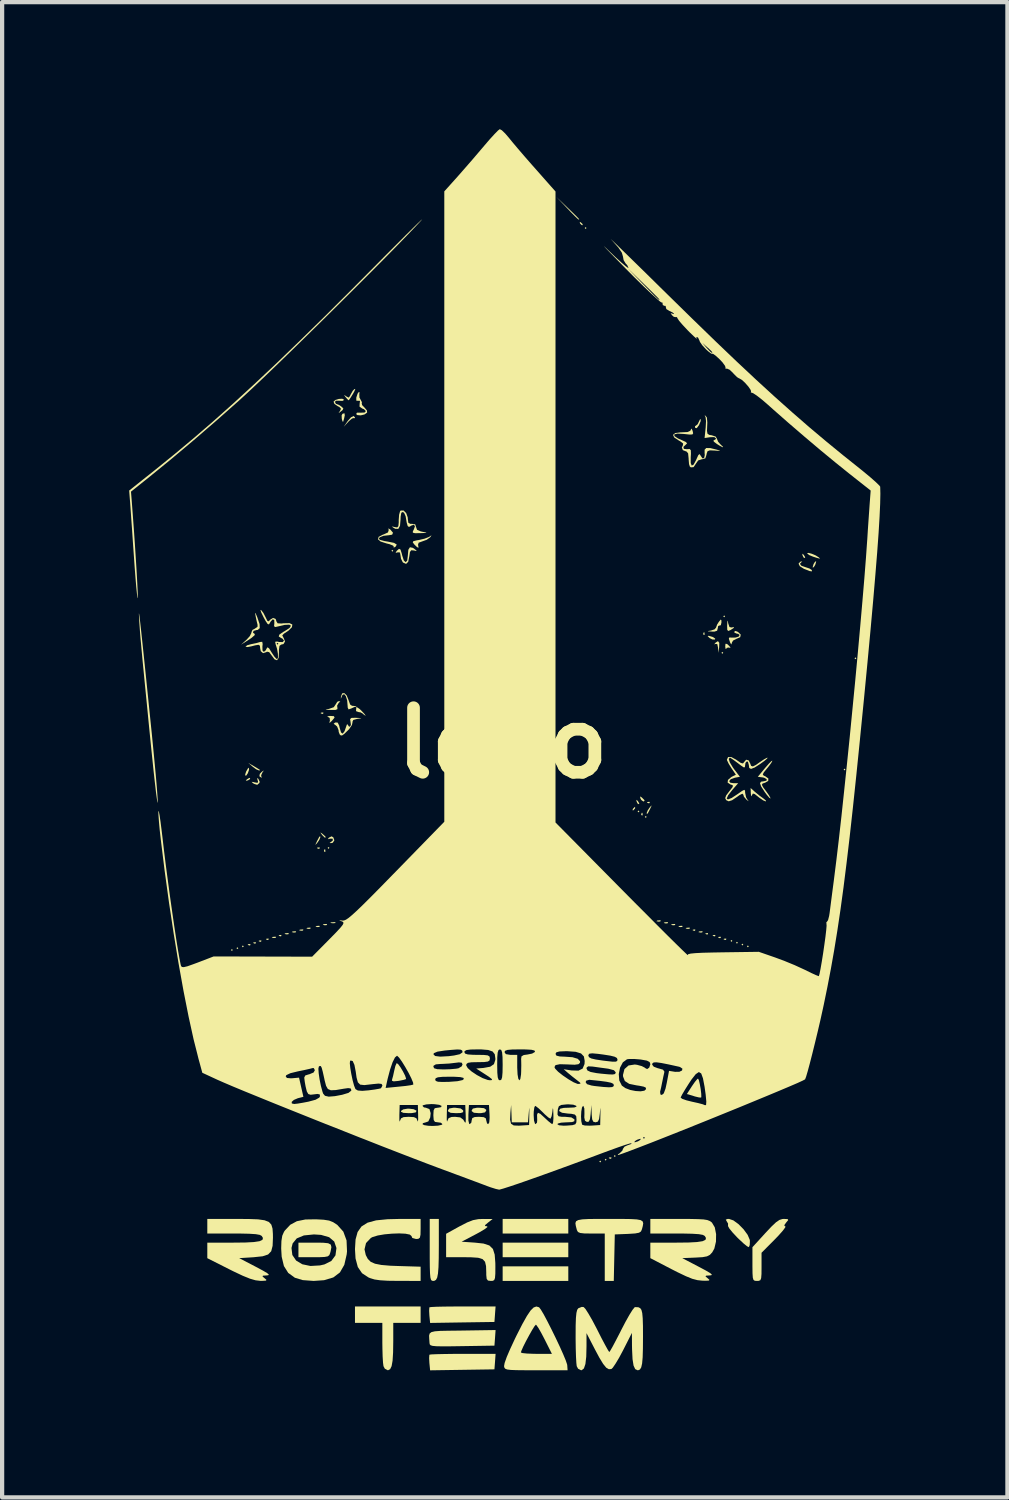
<source format=kicad_pcb>
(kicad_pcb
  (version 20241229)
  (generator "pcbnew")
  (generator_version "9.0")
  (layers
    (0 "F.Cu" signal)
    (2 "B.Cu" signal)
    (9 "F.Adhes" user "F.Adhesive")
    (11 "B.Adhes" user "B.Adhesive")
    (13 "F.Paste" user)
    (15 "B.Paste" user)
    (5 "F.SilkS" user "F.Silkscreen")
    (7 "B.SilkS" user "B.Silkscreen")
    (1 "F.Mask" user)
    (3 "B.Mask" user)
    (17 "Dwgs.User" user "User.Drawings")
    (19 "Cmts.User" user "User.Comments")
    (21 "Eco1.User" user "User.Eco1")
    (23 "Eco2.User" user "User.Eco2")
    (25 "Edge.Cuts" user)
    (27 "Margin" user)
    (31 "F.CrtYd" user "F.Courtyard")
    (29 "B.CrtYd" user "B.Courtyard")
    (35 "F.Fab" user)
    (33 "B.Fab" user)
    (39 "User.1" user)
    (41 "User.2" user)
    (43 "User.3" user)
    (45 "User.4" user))
  (footprint "logo"
    (layer "F.Cu")
    (at 8.819 14.496)
    (property "Reference" "logo" (at 0 0 0) (layer "F.SilkS") (effects (font (size 1.524 1.524) (thickness 0.3))))
    (attr board_only exclude_from_pos_files exclude_from_bom)
    (fp_poly (pts (xy -6.372 4.886) (xy -6.393 4.908) (xy -6.415 4.886) (xy -6.393 4.865)) (stroke (width 0) (type solid)) (fill yes) (layer "F.SilkS"))
    (fp_poly (pts (xy -6.242 4.843) (xy -6.264 4.865) (xy -6.285 4.843) (xy -6.264 4.822)) (stroke (width 0) (type solid)) (fill yes) (layer "F.SilkS"))
    (fp_poly (pts (xy -6.113 4.8) (xy -6.135 4.822) (xy -6.156 4.8) (xy -6.135 4.779)) (stroke (width 0) (type solid)) (fill yes) (layer "F.SilkS"))
    (fp_poly (pts (xy -4.09 2.475) (xy -4.111 2.497) (xy -4.133 2.475) (xy -4.111 2.454)) (stroke (width 0) (type solid)) (fill yes) (layer "F.SilkS"))
    (fp_poly (pts (xy -2.583 -4.542) (xy -2.605 -4.52) (xy -2.626 -4.542) (xy -2.605 -4.563)) (stroke (width 0) (type solid)) (fill yes) (layer "F.SilkS"))
    (fp_poly (pts (xy 1.55 11.581) (xy 0 11.581) (xy 0 11.236) (xy 1.55 11.236)) (stroke (width 0) (type solid)) (fill yes) (layer "F.SilkS"))
    (fp_poly (pts (xy 1.55 12.14) (xy 0 12.14) (xy 0 11.796) (xy 1.55 11.796)) (stroke (width 0) (type solid)) (fill yes) (layer "F.SilkS"))
    (fp_poly (pts (xy 1.55 12.7) (xy 0 12.7) (xy 0 12.356) (xy 1.55 12.356)) (stroke (width 0) (type solid)) (fill yes) (layer "F.SilkS"))
    (fp_poly (pts (xy 1.98 -12.162) (xy 1.959 -12.14) (xy 1.937 -12.162) (xy 1.959 -12.183)) (stroke (width 0) (type solid)) (fill yes) (layer "F.SilkS"))
    (fp_poly (pts (xy 2.325 9.88) (xy 2.303 9.902) (xy 2.282 9.88) (xy 2.303 9.859)) (stroke (width 0) (type solid)) (fill yes) (layer "F.SilkS"))
    (fp_poly (pts (xy 2.454 9.837) (xy 2.432 9.859) (xy 2.411 9.837) (xy 2.432 9.816)) (stroke (width 0) (type solid)) (fill yes) (layer "F.SilkS"))
    (fp_poly (pts (xy 2.669 9.751) (xy 2.648 9.773) (xy 2.626 9.751) (xy 2.648 9.729)) (stroke (width 0) (type solid)) (fill yes) (layer "F.SilkS"))
    (fp_poly (pts (xy 3.229 1.614) (xy 3.207 1.636) (xy 3.186 1.614) (xy 3.207 1.593)) (stroke (width 0) (type solid)) (fill yes) (layer "F.SilkS"))
    (fp_poly (pts (xy 3.401 1.744) (xy 3.379 1.765) (xy 3.358 1.744) (xy 3.379 1.722)) (stroke (width 0) (type solid)) (fill yes) (layer "F.SilkS"))
    (fp_poly (pts (xy 5.209 -2.131) (xy 5.188 -2.109) (xy 5.166 -2.131) (xy 5.188 -2.153)) (stroke (width 0) (type solid)) (fill yes) (layer "F.SilkS"))
    (fp_poly (pts (xy 5.252 -2.992) (xy 5.231 -2.971) (xy 5.209 -2.992) (xy 5.231 -3.014)) (stroke (width 0) (type solid)) (fill yes) (layer "F.SilkS"))
    (fp_poly (pts (xy 5.424 4.671) (xy 5.403 4.693) (xy 5.381 4.671) (xy 5.403 4.649)) (stroke (width 0) (type solid)) (fill yes) (layer "F.SilkS"))
    (fp_poly (pts (xy 5.554 4.714) (xy 5.532 4.736) (xy 5.511 4.714) (xy 5.532 4.693)) (stroke (width 0) (type solid)) (fill yes) (layer "F.SilkS"))
    (fp_poly (pts (xy 5.683 4.757) (xy 5.661 4.779) (xy 5.64 4.757) (xy 5.661 4.736)) (stroke (width 0) (type solid)) (fill yes) (layer "F.SilkS"))
    (fp_poly (pts (xy 5.812 4.8) (xy 5.79 4.822) (xy 5.769 4.8) (xy 5.79 4.779)) (stroke (width 0) (type solid)) (fill yes) (layer "F.SilkS"))
    (fp_poly (pts (xy 8.094 0.624) (xy 8.072 0.646) (xy 8.051 0.624) (xy 8.072 0.603)) (stroke (width 0) (type solid)) (fill yes) (layer "F.SilkS"))
    (fp_poly (pts (xy 8.352 -2.002) (xy 8.33 -1.98) (xy 8.309 -2.002) (xy 8.33 -2.023)) (stroke (width 0) (type solid)) (fill yes) (layer "F.SilkS"))
    (fp_poly (pts (xy -5.955 4.75) (xy -5.961 4.776) (xy -5.984 4.779) (xy -6.02 4.763) (xy -6.013 4.75) (xy -5.962 4.745)) (stroke (width 0) (type solid)) (fill yes) (layer "F.SilkS"))
    (fp_poly (pts (xy -5.826 4.707) (xy -5.832 4.732) (xy -5.855 4.736) (xy -5.89 4.72) (xy -5.884 4.707) (xy -5.833 4.702)) (stroke (width 0) (type solid)) (fill yes) (layer "F.SilkS"))
    (fp_poly (pts (xy -5.697 4.664) (xy -5.703 4.689) (xy -5.726 4.693) (xy -5.761 4.677) (xy -5.754 4.664) (xy -5.703 4.659)) (stroke (width 0) (type solid)) (fill yes) (layer "F.SilkS"))
    (fp_poly (pts (xy -5.525 4.621) (xy -5.531 4.646) (xy -5.554 4.649) (xy -5.589 4.634) (xy -5.582 4.621) (xy -5.531 4.616)) (stroke (width 0) (type solid)) (fill yes) (layer "F.SilkS"))
    (fp_poly (pts (xy -5.35 4.58) (xy -5.363 4.6) (xy -5.406 4.603) (xy -5.452 4.593) (xy -5.432 4.577) (xy -5.365 4.572)) (stroke (width 0) (type solid)) (fill yes) (layer "F.SilkS"))
    (fp_poly (pts (xy -5.224 4.535) (xy -5.229 4.56) (xy -5.252 4.563) (xy -5.288 4.548) (xy -5.281 4.535) (xy -5.23 4.53)) (stroke (width 0) (type solid)) (fill yes) (layer "F.SilkS"))
    (fp_poly (pts (xy -5.049 4.494) (xy -5.061 4.514) (xy -5.105 4.517) (xy -5.151 4.506) (xy -5.131 4.491) (xy -5.064 4.486)) (stroke (width 0) (type solid)) (fill yes) (layer "F.SilkS"))
    (fp_poly (pts (xy -4.876 4.451) (xy -4.889 4.471) (xy -4.933 4.474) (xy -4.979 4.463) (xy -4.959 4.448) (xy -4.892 4.443)) (stroke (width 0) (type solid)) (fill yes) (layer "F.SilkS"))
    (fp_poly (pts (xy -4.704 4.408) (xy -4.717 4.428) (xy -4.761 4.431) (xy -4.807 4.42) (xy -4.787 4.405) (xy -4.719 4.4)) (stroke (width 0) (type solid)) (fill yes) (layer "F.SilkS"))
    (fp_poly (pts (xy -4.532 4.365) (xy -4.545 4.385) (xy -4.589 4.388) (xy -4.634 4.377) (xy -4.615 4.362) (xy -4.547 4.357)) (stroke (width 0) (type solid)) (fill yes) (layer "F.SilkS"))
    (fp_poly (pts (xy -4.319 2.468) (xy -4.325 2.494) (xy -4.348 2.497) (xy -4.384 2.481) (xy -4.377 2.468) (xy -4.326 2.463)) (stroke (width 0) (type solid)) (fill yes) (layer "F.SilkS"))
    (fp_poly (pts (xy -4.317 4.322) (xy -4.33 4.342) (xy -4.373 4.345) (xy -4.419 4.334) (xy -4.399 4.319) (xy -4.332 4.314)) (stroke (width 0) (type solid)) (fill yes) (layer "F.SilkS"))
    (fp_poly (pts (xy -4.233 -0.718) (xy -4.239 -0.692) (xy -4.262 -0.689) (xy -4.297 -0.705) (xy -4.291 -0.718) (xy -4.24 -0.723)) (stroke (width 0) (type solid)) (fill yes) (layer "F.SilkS"))
    (fp_poly (pts (xy -4.19 2.511) (xy -4.185 2.562) (xy -4.19 2.569) (xy -4.216 2.563) (xy -4.219 2.54) (xy -4.203 2.505)) (stroke (width 0) (type solid)) (fill yes) (layer "F.SilkS"))
    (fp_poly (pts (xy -4.145 4.279) (xy -4.157 4.299) (xy -4.201 4.302) (xy -4.247 4.291) (xy -4.227 4.276) (xy -4.16 4.271)) (stroke (width 0) (type solid)) (fill yes) (layer "F.SilkS"))
    (fp_poly (pts (xy -3.95 4.234) (xy -3.945 4.249) (xy -4.004 4.255) (xy -4.065 4.248) (xy -4.058 4.234) (xy -3.969 4.228)) (stroke (width 0) (type solid)) (fill yes) (layer "F.SilkS"))
    (fp_poly (pts (xy 2.569 9.787) (xy 2.563 9.812) (xy 2.54 9.816) (xy 2.505 9.8) (xy 2.511 9.787) (xy 2.562 9.782)) (stroke (width 0) (type solid)) (fill yes) (layer "F.SilkS"))
    (fp_poly (pts (xy 3.301 1.65) (xy 3.306 1.701) (xy 3.301 1.708) (xy 3.275 1.702) (xy 3.272 1.679) (xy 3.288 1.644)) (stroke (width 0) (type solid)) (fill yes) (layer "F.SilkS"))
    (fp_poly (pts (xy 3.473 1.392) (xy 3.467 1.418) (xy 3.444 1.421) (xy 3.409 1.405) (xy 3.415 1.392) (xy 3.466 1.387)) (stroke (width 0) (type solid)) (fill yes) (layer "F.SilkS"))
    (fp_poly (pts (xy 3.734 4.193) (xy 3.721 4.213) (xy 3.677 4.216) (xy 3.631 4.205) (xy 3.651 4.19) (xy 3.719 4.184)) (stroke (width 0) (type solid)) (fill yes) (layer "F.SilkS"))
    (fp_poly (pts (xy 3.906 4.236) (xy 3.893 4.256) (xy 3.849 4.259) (xy 3.804 4.248) (xy 3.823 4.233) (xy 3.891 4.227)) (stroke (width 0) (type solid)) (fill yes) (layer "F.SilkS"))
    (fp_poly (pts (xy 4.078 4.279) (xy 4.065 4.299) (xy 4.022 4.302) (xy 3.976 4.291) (xy 3.996 4.276) (xy 4.063 4.271)) (stroke (width 0) (type solid)) (fill yes) (layer "F.SilkS"))
    (fp_poly (pts (xy 4.25 4.322) (xy 4.238 4.342) (xy 4.194 4.345) (xy 4.148 4.334) (xy 4.168 4.319) (xy 4.235 4.314)) (stroke (width 0) (type solid)) (fill yes) (layer "F.SilkS"))
    (fp_poly (pts (xy 4.423 4.365) (xy 4.41 4.385) (xy 4.366 4.388) (xy 4.32 4.377) (xy 4.34 4.362) (xy 4.407 4.357)) (stroke (width 0) (type solid)) (fill yes) (layer "F.SilkS"))
    (fp_poly (pts (xy 4.549 4.406) (xy 4.543 4.431) (xy 4.52 4.434) (xy 4.485 4.418) (xy 4.492 4.406) (xy 4.543 4.4)) (stroke (width 0) (type solid)) (fill yes) (layer "F.SilkS"))
    (fp_poly (pts (xy 4.724 4.451) (xy 4.711 4.471) (xy 4.667 4.474) (xy 4.621 4.463) (xy 4.641 4.448) (xy 4.709 4.443)) (stroke (width 0) (type solid)) (fill yes) (layer "F.SilkS"))
    (fp_poly (pts (xy 4.764 -2.612) (xy 4.769 -2.561) (xy 4.764 -2.554) (xy 4.739 -2.56) (xy 4.736 -2.583) (xy 4.751 -2.618)) (stroke (width 0) (type solid)) (fill yes) (layer "F.SilkS"))
    (fp_poly (pts (xy 4.85 4.492) (xy 4.844 4.517) (xy 4.822 4.52) (xy 4.786 4.505) (xy 4.793 4.492) (xy 4.844 4.486)) (stroke (width 0) (type solid)) (fill yes) (layer "F.SilkS"))
    (fp_poly (pts (xy 5.023 4.535) (xy 5.017 4.56) (xy 4.994 4.563) (xy 4.958 4.548) (xy 4.965 4.535) (xy 5.016 4.53)) (stroke (width 0) (type solid)) (fill yes) (layer "F.SilkS"))
    (fp_poly (pts (xy 5.152 4.578) (xy 5.146 4.603) (xy 5.123 4.606) (xy 5.088 4.591) (xy 5.094 4.578) (xy 5.145 4.573)) (stroke (width 0) (type solid)) (fill yes) (layer "F.SilkS"))
    (fp_poly (pts (xy 5.281 4.621) (xy 5.275 4.646) (xy 5.252 4.649) (xy 5.217 4.634) (xy 5.224 4.621) (xy 5.275 4.616)) (stroke (width 0) (type solid)) (fill yes) (layer "F.SilkS"))
    (fp_poly (pts (xy -5.961 0.826) (xy -5.974 0.858) (xy -6.014 0.88) (xy -6.065 0.893) (xy -6.044 0.861) (xy -6.039 0.856) (xy -5.982 0.822)) (stroke (width 0) (type solid)) (fill yes) (layer "F.SilkS"))
    (fp_poly (pts (xy 1.845 -12.295) (xy 1.891 -12.252) (xy 1.881 -12.227) (xy 1.875 -12.226) (xy 1.839 -12.257) (xy 1.826 -12.276) (xy 1.82 -12.306)) (stroke (width 0) (type solid)) (fill yes) (layer "F.SilkS"))
    (fp_poly (pts (xy 3.185 1.361) (xy 3.191 1.366) (xy 3.225 1.423) (xy 3.22 1.443) (xy 3.188 1.43) (xy 3.167 1.39) (xy 3.154 1.34)) (stroke (width 0) (type solid)) (fill yes) (layer "F.SilkS"))
    (fp_poly (pts (xy 7.103 -4.451) (xy 7.109 -4.446) (xy 7.143 -4.389) (xy 7.138 -4.369) (xy 7.106 -4.381) (xy 7.085 -4.422) (xy 7.072 -4.472)) (stroke (width 0) (type solid)) (fill yes) (layer "F.SilkS"))
    (fp_poly (pts (xy -5.989 0.632) (xy -6.016 0.71) (xy -6.054 0.767) (xy -6.069 0.775) (xy -6.08 0.742) (xy -6.056 0.67) (xy -6.015 0.599) (xy -5.991 0.581)) (stroke (width 0) (type solid)) (fill yes) (layer "F.SilkS"))
    (fp_poly (pts (xy -5.876 0.544) (xy -5.773 0.606) (xy -5.73 0.635) (xy -5.734 0.645) (xy -5.757 0.646) (xy -5.819 0.62) (xy -5.904 0.557) (xy -6.006 0.468)) (stroke (width 0) (type solid)) (fill yes) (layer "F.SilkS"))
    (fp_poly (pts (xy -4.305 2.223) (xy -4.33 2.286) (xy -4.372 2.349) (xy -4.417 2.402) (xy -4.417 2.387) (xy -4.388 2.325) (xy -4.336 2.224) (xy -4.311 2.196)) (stroke (width 0) (type solid)) (fill yes) (layer "F.SilkS"))
    (fp_poly (pts (xy -4.282 2.123) (xy -4.251 2.147) (xy -4.192 2.2) (xy -4.176 2.222) (xy -4.197 2.235) (xy -4.254 2.18) (xy -4.268 2.163) (xy -4.305 2.112)) (stroke (width 0) (type solid)) (fill yes) (layer "F.SilkS"))
    (fp_poly (pts (xy -3.728 -7.739) (xy -3.744 -7.663) (xy -3.766 -7.588) (xy -3.781 -7.594) (xy -3.798 -7.652) (xy -3.802 -7.737) (xy -3.782 -7.775) (xy -3.735 -7.788)) (stroke (width 0) (type solid)) (fill yes) (layer "F.SilkS"))
    (fp_poly (pts (xy 3.129 1.535) (xy 3.121 1.55) (xy 3.081 1.591) (xy 3.073 1.593) (xy 3.07 1.565) (xy 3.078 1.55) (xy 3.119 1.509) (xy 3.126 1.507)) (stroke (width 0) (type solid)) (fill yes) (layer "F.SilkS"))
    (fp_poly (pts (xy 3.28 1.28) (xy 3.292 1.291) (xy 3.352 1.351) (xy 3.338 1.376) (xy 3.32 1.378) (xy 3.273 1.343) (xy 3.254 1.307) (xy 3.243 1.26)) (stroke (width 0) (type solid)) (fill yes) (layer "F.SilkS"))
    (fp_poly (pts (xy 3.513 1.487) (xy 3.484 1.55) (xy 3.432 1.65) (xy 3.407 1.678) (xy 3.401 1.651) (xy 3.426 1.588) (xy 3.468 1.526) (xy 3.512 1.473)) (stroke (width 0) (type solid)) (fill yes) (layer "F.SilkS"))
    (fp_poly (pts (xy 4.959 -2.506) (xy 4.97 -2.501) (xy 5.019 -2.466) (xy 5.012 -2.444) (xy 4.95 -2.447) (xy 4.888 -2.479) (xy 4.84 -2.525) (xy 4.865 -2.534)) (stroke (width 0) (type solid)) (fill yes) (layer "F.SilkS"))
    (fp_poly (pts (xy 7.403 -4.284) (xy 7.382 -4.213) (xy 7.362 -4.176) (xy 7.328 -4.141) (xy 7.32 -4.154) (xy 7.341 -4.225) (xy 7.362 -4.262) (xy 7.396 -4.296)) (stroke (width 0) (type solid)) (fill yes) (layer "F.SilkS"))
    (fp_poly (pts (xy 5.295 -2.341) (xy 5.317 -2.325) (xy 5.37 -2.271) (xy 5.378 -2.244) (xy 5.342 -2.258) (xy 5.294 -2.249) (xy 5.281 -2.228) (xy 5.264 -2.222) (xy 5.256 -2.276) (xy 5.261 -2.345)) (stroke (width 0) (type solid)) (fill yes) (layer "F.SilkS"))
    (fp_poly (pts (xy -5.652 0.667) (xy -5.672 0.693) (xy -5.703 0.76) (xy -5.697 0.79) (xy -5.689 0.817) (xy -5.695 0.818) (xy -5.739 0.788) (xy -5.744 0.78) (xy -5.734 0.727) (xy -5.693 0.683) (xy -5.642 0.646)) (stroke (width 0) (type solid)) (fill yes) (layer "F.SilkS"))
    (fp_poly (pts (xy -3.488 -7.69) (xy -3.487 -7.675) (xy -3.508 -7.67) (xy -3.513 -7.675) (xy -3.556 -7.664) (xy -3.628 -7.603) (xy -3.645 -7.585) (xy -3.752 -7.469) (xy -3.656 -7.608) (xy -3.58 -7.693) (xy -3.519 -7.723)) (stroke (width 0) (type solid)) (fill yes) (layer "F.SilkS"))
    (fp_poly (pts (xy -0.99 8.628) (xy -0.932 8.675) (xy -0.933 8.715) (xy -0.989 8.735) (xy -1.099 8.739) (xy -1.226 8.731) (xy -1.284 8.702) (xy -1.292 8.675) (xy -1.262 8.629) (xy -1.166 8.611) (xy -1.124 8.61)) (stroke (width 0) (type solid)) (fill yes) (layer "F.SilkS"))
    (fp_poly (pts (xy 1.539 -12.637) (xy 1.66 -12.52) (xy 1.753 -12.428) (xy 1.803 -12.375) (xy 1.808 -12.368) (xy 1.8 -12.359) (xy 1.769 -12.38) (xy 1.705 -12.441) (xy 1.597 -12.551) (xy 1.527 -12.625) (xy 1.27 -12.894)) (stroke (width 0) (type solid)) (fill yes) (layer "F.SilkS"))
    (fp_poly (pts (xy 5.115 -2.367) (xy 5.112 -2.257) (xy 5.111 -2.253) (xy 5.093 -2.131) (xy 5.086 -2.252) (xy 5.068 -2.337) (xy 5.026 -2.342) (xy 4.994 -2.33) (xy 5.025 -2.368) (xy 5.025 -2.369) (xy 5.084 -2.407)) (stroke (width 0) (type solid)) (fill yes) (layer "F.SilkS"))
    (fp_poly (pts (xy -3.985 -0.636) (xy -3.969 -0.602) (xy -4.028 -0.53) (xy -4.034 -0.524) (xy -4.086 -0.476) (xy -4.091 -0.49) (xy -4.079 -0.525) (xy -4.084 -0.594) (xy -4.125 -0.617) (xy -4.144 -0.631) (xy -4.086 -0.64) (xy -4.079 -0.641)) (stroke (width 0) (type solid)) (fill yes) (layer "F.SilkS"))
    (fp_poly (pts (xy -2.103 8.645) (xy -2.038 8.678) (xy -2.034 8.686) (xy -2.053 8.721) (xy -2.144 8.737) (xy -2.217 8.739) (xy -2.347 8.731) (xy -2.4 8.705) (xy -2.4 8.686) (xy -2.348 8.65) (xy -2.242 8.632) (xy -2.217 8.632)) (stroke (width 0) (type solid)) (fill yes) (layer "F.SilkS"))
    (fp_poly (pts (xy -0.44 8.621) (xy -0.391 8.656) (xy -0.387 8.675) (xy -0.416 8.72) (xy -0.51 8.738) (xy -0.56 8.739) (xy -0.679 8.729) (xy -0.729 8.693) (xy -0.732 8.675) (xy -0.703 8.63) (xy -0.609 8.611) (xy -0.56 8.61)) (stroke (width 0) (type solid)) (fill yes) (layer "F.SilkS"))
    (fp_poly (pts (xy 4.675 -7.6) (xy 4.639 -7.513) (xy 4.638 -7.51) (xy 4.584 -7.436) (xy 4.546 -7.441) (xy 4.546 -7.442) (xy 4.542 -7.486) (xy 4.558 -7.491) (xy 4.603 -7.527) (xy 4.629 -7.58) (xy 4.659 -7.642) (xy 4.678 -7.649)) (stroke (width 0) (type solid)) (fill yes) (layer "F.SilkS"))
    (fp_poly (pts (xy 7.3 -4.47) (xy 7.392 -4.431) (xy 7.466 -4.384) (xy 7.467 -4.383) (xy 7.492 -4.359) (xy 7.48 -4.356) (xy 7.412 -4.375) (xy 7.329 -4.402) (xy 7.235 -4.441) (xy 7.19 -4.479) (xy 7.189 -4.483) (xy 7.222 -4.491)) (stroke (width 0) (type solid)) (fill yes) (layer "F.SilkS"))
    (fp_poly (pts (xy -3.999 2.226) (xy -3.974 2.296) (xy -4.011 2.353) (xy -4.06 2.364) (xy -4.086 2.354) (xy -4.058 2.339) (xy -4.007 2.296) (xy -4.017 2.257) (xy -4.079 2.258) (xy -4.128 2.271) (xy -4.106 2.238) (xy -4.101 2.233) (xy -4.039 2.202)) (stroke (width 0) (type solid)) (fill yes) (layer "F.SilkS"))
    (fp_poly (pts (xy -0.194 13.669) (xy -0.953 13.68) (xy -1.713 13.692) (xy -1.73 13.517) (xy -1.736 13.403) (xy -1.731 13.331) (xy -1.727 13.322) (xy -1.68 13.316) (xy -1.561 13.31) (xy -1.383 13.306) (xy -1.162 13.304) (xy -0.937 13.303) (xy -0.167 13.303)) (stroke (width 0) (type solid)) (fill yes) (layer "F.SilkS"))
    (fp_poly (pts (xy -0.18 14.605) (xy -0.194 14.788) (xy -1.713 14.811) (xy -1.73 14.636) (xy -1.736 14.522) (xy -1.731 14.45) (xy -1.727 14.441) (xy -1.68 14.435) (xy -1.561 14.43) (xy -1.383 14.426) (xy -1.162 14.423) (xy -0.937 14.422) (xy -0.167 14.422)) (stroke (width 0) (type solid)) (fill yes) (layer "F.SilkS"))
    (fp_poly (pts (xy 5.326 -2.827) (xy 5.356 -2.739) (xy 5.406 -2.729) (xy 5.462 -2.741) (xy 5.453 -2.717) (xy 5.386 -2.672) (xy 5.381 -2.669) (xy 5.326 -2.647) (xy 5.303 -2.674) (xy 5.301 -2.766) (xy 5.302 -2.786) (xy 5.307 -2.879) (xy 5.315 -2.891)) (stroke (width 0) (type solid)) (fill yes) (layer "F.SilkS"))
    (fp_poly (pts (xy -5.77 0.843) (xy -5.767 0.847) (xy -5.737 0.914) (xy -5.745 0.943) (xy -5.795 0.986) (xy -5.869 0.963) (xy -5.898 0.944) (xy -5.928 0.915) (xy -5.886 0.92) (xy -5.859 0.928) (xy -5.787 0.94) (xy -5.776 0.907) (xy -5.786 0.877) (xy -5.8 0.825)) (stroke (width 0) (type solid)) (fill yes) (layer "F.SilkS"))
    (fp_poly (pts (xy -4.241 11.798) (xy -4.12 11.81) (xy -4.059 11.842) (xy -4.044 11.902) (xy -4.062 11.999) (xy -4.074 12.043) (xy -4.093 12.091) (xy -4.13 12.12) (xy -4.204 12.134) (xy -4.333 12.14) (xy -4.461 12.14) (xy -4.822 12.14) (xy -4.822 11.796) (xy -4.434 11.796)) (stroke (width 0) (type solid)) (fill yes) (layer "F.SilkS"))
    (fp_poly (pts (xy 4.633 7.959) (xy 4.655 8.052) (xy 4.676 8.17) (xy 4.689 8.281) (xy 4.691 8.356) (xy 4.686 8.37) (xy 4.639 8.368) (xy 4.542 8.345) (xy 4.511 8.335) (xy 4.35 8.287) (xy 4.467 8.105) (xy 4.54 8) (xy 4.595 7.934) (xy 4.613 7.922)) (stroke (width 0) (type solid)) (fill yes) (layer "F.SilkS"))
    (fp_poly (pts (xy -3.833 -0.981) (xy -3.87 -0.951) (xy -3.909 -0.884) (xy -3.904 -0.844) (xy -3.901 -0.801) (xy -3.95 -0.782) (xy -4.059 -0.782) (xy -4.16 -0.787) (xy -4.18 -0.794) (xy -4.122 -0.804) (xy -4.105 -0.806) (xy -3.988 -0.847) (xy -3.948 -0.906) (xy -3.905 -0.975) (xy -3.868 -0.99)) (stroke (width 0) (type solid)) (fill yes) (layer "F.SilkS"))
    (fp_poly (pts (xy 7.076 -4.285) (xy 7.061 -4.277) (xy 7.018 -4.232) (xy 7.054 -4.187) (xy 7.146 -4.155) (xy 7.245 -4.122) (xy 7.299 -4.087) (xy 7.304 -4.054) (xy 7.251 -4.061) (xy 7.131 -4.108) (xy 7.111 -4.116) (xy 7.017 -4.176) (xy 6.987 -4.237) (xy 7.027 -4.281) (xy 7.053 -4.288)) (stroke (width 0) (type solid)) (fill yes) (layer "F.SilkS"))
    (fp_poly (pts (xy -3.502 -8.305) (xy -3.531 -8.252) (xy -3.591 -8.155) (xy -3.63 -8.099) (xy -3.637 -8.094) (xy -3.669 -8.123) (xy -3.708 -8.169) (xy -3.745 -8.22) (xy -3.724 -8.21) (xy -3.695 -8.188) (xy -3.636 -8.157) (xy -3.603 -8.198) (xy -3.597 -8.217) (xy -3.541 -8.316) (xy -3.504 -8.356) (xy -3.478 -8.363)) (stroke (width 0) (type solid)) (fill yes) (layer "F.SilkS"))
    (fp_poly (pts (xy -1.507 11.871) (xy -1.509 12.161) (xy -1.515 12.375) (xy -1.527 12.525) (xy -1.546 12.622) (xy -1.575 12.676) (xy -1.615 12.698) (xy -1.641 12.7) (xy -1.671 12.695) (xy -1.692 12.672) (xy -1.706 12.62) (xy -1.715 12.525) (xy -1.72 12.377) (xy -1.722 12.163) (xy -1.722 11.968) (xy -1.722 11.236) (xy -1.507 11.236)) (stroke (width 0) (type solid)) (fill yes) (layer "F.SilkS"))
    (fp_poly (pts (xy 5.165 -2.9) (xy 5.166 -2.847) (xy 5.151 -2.782) (xy 5.123 -2.777) (xy 5.089 -2.764) (xy 5.08 -2.715) (xy 5.064 -2.653) (xy 5.001 -2.632) (xy 4.94 -2.633) (xy 4.852 -2.638) (xy 4.846 -2.645) (xy 4.919 -2.657) (xy 5.005 -2.686) (xy 5.038 -2.726) (xy 5.064 -2.798) (xy 5.103 -2.86) (xy 5.15 -2.917)) (stroke (width 0) (type solid)) (fill yes) (layer "F.SilkS"))
    (fp_poly (pts (xy 5.952 1.148) (xy 6.065 1.241) (xy 6.155 1.306) (xy 6.215 1.355) (xy 6.215 1.378) (xy 6.212 1.378) (xy 6.15 1.352) (xy 6.057 1.288) (xy 6.034 1.269) (xy 5.95 1.203) (xy 5.908 1.192) (xy 5.887 1.23) (xy 5.885 1.237) (xy 5.87 1.258) (xy 5.861 1.201) (xy 5.86 1.187) (xy 5.855 1.061)) (stroke (width 0) (type solid)) (fill yes) (layer "F.SilkS"))
    (fp_poly (pts (xy -2.467 7.581) (xy -2.412 7.656) (xy -2.353 7.755) (xy -2.304 7.852) (xy -2.281 7.92) (xy -2.284 7.935) (xy -2.335 7.952) (xy -2.438 7.973) (xy -2.468 7.978) (xy -2.575 7.988) (xy -2.614 7.972) (xy -2.611 7.944) (xy -2.588 7.863) (xy -2.562 7.744) (xy -2.559 7.73) (xy -2.533 7.624) (xy -2.505 7.562) (xy -2.5 7.558)) (stroke (width 0) (type solid)) (fill yes) (layer "F.SilkS"))
    (fp_poly (pts (xy -1.696 -4.88) (xy -1.712 -4.859) (xy -1.793 -4.8) (xy -1.894 -4.764) (xy -1.984 -4.731) (xy -1.999 -4.679) (xy -1.996 -4.672) (xy -1.985 -4.614) (xy -2.02 -4.625) (xy -2.083 -4.687) (xy -2.122 -4.738) (xy -2.111 -4.766) (xy -2.034 -4.786) (xy -1.973 -4.796) (xy -1.843 -4.827) (xy -1.742 -4.866) (xy -1.724 -4.877) (xy -1.68 -4.908)) (stroke (width 0) (type solid)) (fill yes) (layer "F.SilkS"))
    (fp_poly (pts (xy -1.937 13.69) (xy -2.583 13.69) (xy -2.583 14.115) (xy -2.587 14.387) (xy -2.599 14.583) (xy -2.622 14.712) (xy -2.657 14.784) (xy -2.706 14.809) (xy -2.713 14.809) (xy -2.782 14.773) (xy -2.814 14.713) (xy -2.825 14.63) (xy -2.834 14.485) (xy -2.839 14.299) (xy -2.841 14.153) (xy -2.841 13.69) (xy -3.487 13.69) (xy -3.487 13.303) (xy -1.937 13.303)) (stroke (width 0) (type solid)) (fill yes) (layer "F.SilkS"))
    (fp_poly (pts (xy -0.18 14.044) (xy -0.194 14.228) (xy -0.958 14.24) (xy -1.231 14.244) (xy -1.43 14.245) (xy -1.567 14.242) (xy -1.653 14.234) (xy -1.7 14.22) (xy -1.721 14.198) (xy -1.727 14.167) (xy -1.727 14.165) (xy -1.734 14.065) (xy -1.737 13.992) (xy -1.723 13.941) (xy -1.682 13.909) (xy -1.602 13.89) (xy -1.473 13.88) (xy -1.282 13.876) (xy -1.018 13.873) (xy -0.954 13.872) (xy -0.167 13.86)) (stroke (width 0) (type solid)) (fill yes) (layer "F.SilkS"))
    (fp_poly (pts (xy 5.448 11.271) (xy 5.569 11.359) (xy 5.688 11.48) (xy 5.784 11.611) (xy 5.835 11.729) (xy 5.838 11.755) (xy 5.834 11.852) (xy 5.814 11.902) (xy 5.772 11.883) (xy 5.687 11.814) (xy 5.575 11.709) (xy 5.538 11.673) (xy 5.428 11.555) (xy 5.351 11.46) (xy 5.32 11.403) (xy 5.322 11.396) (xy 5.322 11.345) (xy 5.296 11.302) (xy 5.268 11.253) (xy 5.309 11.237) (xy 5.346 11.236)) (stroke (width 0) (type solid)) (fill yes) (layer "F.SilkS"))
    (fp_poly (pts (xy 5.556 -2.625) (xy 5.622 -2.561) (xy 5.609 -2.5) (xy 5.522 -2.462) (xy 5.521 -2.462) (xy 5.441 -2.421) (xy 5.415 -2.376) (xy 5.4 -2.328) (xy 5.378 -2.36) (xy 5.369 -2.382) (xy 5.341 -2.465) (xy 5.351 -2.492) (xy 5.371 -2.492) (xy 5.436 -2.49) (xy 5.5 -2.492) (xy 5.573 -2.514) (xy 5.596 -2.553) (xy 5.559 -2.581) (xy 5.532 -2.583) (xy 5.475 -2.607) (xy 5.467 -2.628) (xy 5.497 -2.648)) (stroke (width 0) (type solid)) (fill yes) (layer "F.SilkS"))
    (fp_poly (pts (xy -3.746 -8.108) (xy -3.745 -8.102) (xy -3.781 -8.08) (xy -3.853 -8.083) (xy -3.936 -8.083) (xy -3.961 -8.056) (xy -3.936 -8.01) (xy -3.926 -8.007) (xy -3.866 -7.985) (xy -3.814 -7.951) (xy -3.762 -7.904) (xy -3.778 -7.865) (xy -3.817 -7.833) (xy -3.871 -7.793) (xy -3.865 -7.81) (xy -3.843 -7.839) (xy -3.817 -7.894) (xy -3.856 -7.936) (xy -3.9 -7.958) (xy -3.974 -8.011) (xy -3.993 -8.062) (xy -3.948 -8.102) (xy -3.868 -8.126) (xy -3.788 -8.131)) (stroke (width 0) (type solid)) (fill yes) (layer "F.SilkS"))
    (fp_poly (pts (xy -5.806 -3.001) (xy -5.794 -2.971) (xy -5.74 -2.811) (xy -5.736 -2.714) (xy -5.783 -2.672) (xy -5.812 -2.669) (xy -5.882 -2.649) (xy -5.895 -2.606) (xy -5.852 -2.575) (xy -5.858 -2.546) (xy -5.923 -2.489) (xy -5.992 -2.441) (xy -6.178 -2.323) (xy -6.049 -2.439) (xy -5.97 -2.526) (xy -5.933 -2.601) (xy -5.933 -2.615) (xy -5.908 -2.672) (xy -5.856 -2.699) (xy -5.789 -2.745) (xy -5.787 -2.793) (xy -5.81 -2.886) (xy -5.832 -2.992) (xy -5.845 -3.069) (xy -5.838 -3.073)) (stroke (width 0) (type solid)) (fill yes) (layer "F.SilkS"))
    (fp_poly (pts (xy -2.658 -5.046) (xy -2.649 -5.038) (xy -2.589 -4.966) (xy -2.609 -4.921) (xy -2.687 -4.908) (xy -2.814 -4.894) (xy -2.902 -4.859) (xy -2.927 -4.821) (xy -2.889 -4.796) (xy -2.79 -4.77) (xy -2.712 -4.757) (xy -2.564 -4.727) (xy -2.501 -4.688) (xy -2.524 -4.642) (xy -2.551 -4.624) (xy -2.58 -4.615) (xy -2.569 -4.631) (xy -2.586 -4.661) (xy -2.669 -4.696) (xy -2.742 -4.714) (xy -2.882 -4.759) (xy -2.945 -4.813) (xy -2.927 -4.87) (xy -2.827 -4.922) (xy -2.808 -4.928) (xy -2.708 -4.974) (xy -2.69 -5.03) (xy -2.691 -5.031) (xy -2.698 -5.07)) (stroke (width 0) (type solid)) (fill yes) (layer "F.SilkS"))
    (fp_poly (pts (xy 4.788 -7.731) (xy 4.823 -7.687) (xy 4.833 -7.57) (xy 4.83 -7.5) (xy 4.825 -7.371) (xy 4.837 -7.305) (xy 4.879 -7.277) (xy 4.937 -7.268) (xy 5.03 -7.237) (xy 5.058 -7.189) (xy 5.089 -7.114) (xy 5.145 -7.051) (xy 5.205 -6.994) (xy 5.197 -6.984) (xy 5.124 -7.022) (xy 5.058 -7.063) (xy 4.988 -7.116) (xy 4.975 -7.145) (xy 4.983 -7.146) (xy 5.033 -7.177) (xy 5.037 -7.194) (xy 4.999 -7.224) (xy 4.902 -7.223) (xy 4.768 -7.203) (xy 4.794 -7.451) (xy 4.802 -7.603) (xy 4.791 -7.698) (xy 4.777 -7.721) (xy 4.768 -7.734)) (stroke (width 0) (type solid)) (fill yes) (layer "F.SilkS"))
    (fp_poly (pts (xy -3.377 -8.279) (xy -3.385 -8.246) (xy -3.382 -8.159) (xy -3.357 -8.113) (xy -3.323 -8.049) (xy -3.328 -8.023) (xy -3.319 -7.981) (xy -3.263 -7.923) (xy -3.205 -7.855) (xy -3.2 -7.804) (xy -3.261 -7.76) (xy -3.352 -7.738) (xy -3.432 -7.745) (xy -3.459 -7.769) (xy -3.44 -7.802) (xy -3.354 -7.801) (xy -3.259 -7.805) (xy -3.23 -7.839) (xy -3.275 -7.884) (xy -3.317 -7.9) (xy -3.38 -7.945) (xy -3.376 -8.017) (xy -3.368 -8.081) (xy -3.409 -8.083) (xy -3.411 -8.082) (xy -3.455 -8.085) (xy -3.456 -8.151) (xy -3.454 -8.163) (xy -3.425 -8.252) (xy -3.396 -8.29)) (stroke (width 0) (type solid)) (fill yes) (layer "F.SilkS"))
    (fp_poly (pts (xy -2.12 -4.61) (xy -2.084 -4.586) (xy -2.029 -4.542) (xy -2.048 -4.537) (xy -2.096 -4.548) (xy -2.158 -4.553) (xy -2.189 -4.512) (xy -2.204 -4.41) (xy -2.23 -4.28) (xy -2.28 -4.231) (xy -2.351 -4.262) (xy -2.359 -4.27) (xy -2.4 -4.352) (xy -2.411 -4.426) (xy -2.425 -4.5) (xy -2.475 -4.505) (xy -2.482 -4.502) (xy -2.528 -4.491) (xy -2.509 -4.527) (xy -2.497 -4.542) (xy -2.447 -4.587) (xy -2.412 -4.569) (xy -2.383 -4.477) (xy -2.372 -4.429) (xy -2.333 -4.311) (xy -2.289 -4.271) (xy -2.253 -4.311) (xy -2.239 -4.428) (xy -2.227 -4.565) (xy -2.189 -4.624)) (stroke (width 0) (type solid)) (fill yes) (layer "F.SilkS"))
    (fp_poly (pts (xy 6.729 11.24) (xy 6.743 11.263) (xy 6.694 11.322) (xy 6.648 11.386) (xy 6.666 11.408) (xy 6.676 11.408) (xy 6.673 11.436) (xy 6.617 11.512) (xy 6.52 11.622) (xy 6.424 11.722) (xy 6.113 12.035) (xy 6.113 12.367) (xy 6.112 12.535) (xy 6.104 12.634) (xy 6.085 12.682) (xy 6.047 12.698) (xy 6.006 12.7) (xy 5.955 12.697) (xy 5.924 12.677) (xy 5.907 12.624) (xy 5.9 12.522) (xy 5.898 12.354) (xy 5.898 12.302) (xy 5.898 11.904) (xy 6.203 11.57) (xy 6.349 11.415) (xy 6.455 11.315) (xy 6.536 11.26) (xy 6.607 11.238) (xy 6.64 11.236)) (stroke (width 0) (type solid)) (fill yes) (layer "F.SilkS"))
    (fp_poly (pts (xy 2.806 11.236) (xy 3.019 11.239) (xy 3.166 11.247) (xy 3.258 11.264) (xy 3.305 11.294) (xy 3.319 11.339) (xy 3.309 11.404) (xy 3.288 11.482) (xy 3.266 11.532) (xy 3.22 11.562) (xy 3.129 11.579) (xy 2.974 11.589) (xy 2.955 11.59) (xy 2.648 11.602) (xy 2.624 12.7) (xy 2.411 12.7) (xy 2.411 11.581) (xy 2.093 11.581) (xy 1.929 11.579) (xy 1.831 11.568) (xy 1.779 11.545) (xy 1.754 11.502) (xy 1.749 11.484) (xy 1.727 11.399) (xy 1.718 11.335) (xy 1.734 11.291) (xy 1.785 11.263) (xy 1.881 11.246) (xy 2.033 11.238) (xy 2.251 11.236) (xy 2.518 11.236)) (stroke (width 0) (type solid)) (fill yes) (layer "F.SilkS"))
    (fp_poly (pts (xy -3.683 -1.125) (xy -3.641 -1.021) (xy -3.601 -0.91) (xy -3.553 -0.878) (xy -3.539 -0.881) (xy -3.472 -0.868) (xy -3.379 -0.806) (xy -3.345 -0.775) (xy -3.271 -0.697) (xy -3.237 -0.651) (xy -3.24 -0.646) (xy -3.285 -0.676) (xy -3.293 -0.689) (xy -3.354 -0.725) (xy -3.402 -0.732) (xy -3.462 -0.754) (xy -3.46 -0.796) (xy -3.453 -0.852) (xy -3.502 -0.851) (xy -3.576 -0.816) (xy -3.639 -0.795) (xy -3.659 -0.84) (xy -3.66 -0.87) (xy -3.672 -1.009) (xy -3.703 -1.108) (xy -3.742 -1.155) (xy -3.782 -1.138) (xy -3.804 -1.087) (xy -3.82 -1.045) (xy -3.819 -1.086) (xy -3.818 -1.098) (xy -3.789 -1.174) (xy -3.739 -1.18)) (stroke (width 0) (type solid)) (fill yes) (layer "F.SilkS"))
    (fp_poly (pts (xy 6.343 0.468) (xy 6.277 0.557) (xy 6.24 0.602) (xy 6.165 0.694) (xy 6.142 0.743) (xy 6.166 0.77) (xy 6.199 0.783) (xy 6.274 0.836) (xy 6.271 0.894) (xy 6.199 0.935) (xy 6.138 0.955) (xy 6.121 0.985) (xy 6.152 1.045) (xy 6.227 1.145) (xy 6.292 1.238) (xy 6.324 1.299) (xy 6.324 1.309) (xy 6.292 1.287) (xy 6.229 1.212) (xy 6.189 1.157) (xy 6.104 1.026) (xy 6.076 0.947) (xy 6.103 0.911) (xy 6.156 0.904) (xy 6.23 0.887) (xy 6.234 0.851) (xy 6.172 0.817) (xy 6.134 0.81) (xy 6.025 0.796) (xy 6.198 0.587) (xy 6.286 0.486) (xy 6.348 0.424) (xy 6.37 0.415)) (stroke (width 0) (type solid)) (fill yes) (layer "F.SilkS"))
    (fp_poly (pts (xy -8.584 -3.049) (xy -8.574 -2.98) (xy -8.559 -2.853) (xy -8.538 -2.665) (xy -8.511 -2.413) (xy -8.477 -2.091) (xy -8.436 -1.698) (xy -8.388 -1.229) (xy -8.332 -0.681) (xy -8.285 -0.226) (xy -8.25 0.131) (xy -8.218 0.465) (xy -8.19 0.765) (xy -8.168 1.02) (xy -8.153 1.221) (xy -8.145 1.355) (xy -8.145 1.41) (xy -8.152 1.397) (xy -8.166 1.307) (xy -8.187 1.149) (xy -8.212 0.932) (xy -8.242 0.664) (xy -8.274 0.354) (xy -8.304 0.065) (xy -8.358 -0.476) (xy -8.403 -0.938) (xy -8.442 -1.33) (xy -8.474 -1.659) (xy -8.501 -1.932) (xy -8.522 -2.158) (xy -8.539 -2.344) (xy -8.553 -2.497) (xy -8.563 -2.625) (xy -8.571 -2.735) (xy -8.578 -2.836) (xy -8.584 -2.934) (xy -8.585 -2.949) (xy -8.589 -3.03) (xy -8.589 -3.065)) (stroke (width 0) (type solid)) (fill yes) (layer "F.SilkS"))
    (fp_poly (pts (xy -3.456 -0.596) (xy -3.356 -0.591) (xy -3.339 -0.585) (xy -3.4 -0.576) (xy -3.431 -0.572) (xy -3.527 -0.546) (xy -3.547 -0.501) (xy -3.545 -0.493) (xy -3.559 -0.427) (xy -3.621 -0.335) (xy -3.652 -0.302) (xy -3.742 -0.215) (xy -3.793 -0.179) (xy -3.826 -0.183) (xy -3.846 -0.201) (xy -3.871 -0.264) (xy -3.875 -0.306) (xy -3.909 -0.391) (xy -3.944 -0.422) (xy -3.991 -0.456) (xy -3.96 -0.481) (xy -3.945 -0.487) (xy -3.894 -0.483) (xy -3.86 -0.412) (xy -3.85 -0.364) (xy -3.816 -0.251) (xy -3.777 -0.223) (xy -3.733 -0.281) (xy -3.707 -0.355) (xy -3.68 -0.433) (xy -3.664 -0.448) (xy -3.663 -0.441) (xy -3.629 -0.391) (xy -3.612 -0.387) (xy -3.583 -0.423) (xy -3.591 -0.495) (xy -3.602 -0.565) (xy -3.572 -0.594) (xy -3.481 -0.597)) (stroke (width 0) (type solid)) (fill yes) (layer "F.SilkS"))
    (fp_poly (pts (xy -0.237 11.238) (xy -0.344 11.322) (xy -0.413 11.38) (xy -0.416 11.404) (xy -0.366 11.41) (xy -0.361 11.429) (xy -0.424 11.478) (xy -0.543 11.549) (xy -0.624 11.593) (xy -0.969 11.774) (xy -0.653 11.796) (xy -0.451 11.818) (xy -0.314 11.863) (xy -0.23 11.945) (xy -0.188 12.078) (xy -0.173 12.277) (xy -0.172 12.36) (xy -0.173 12.53) (xy -0.181 12.631) (xy -0.2 12.681) (xy -0.236 12.698) (xy -0.28 12.7) (xy -0.346 12.692) (xy -0.377 12.653) (xy -0.387 12.56) (xy -0.387 12.503) (xy -0.392 12.35) (xy -0.416 12.248) (xy -0.474 12.185) (xy -0.579 12.153) (xy -0.746 12.142) (xy -0.906 12.14) (xy -1.335 12.14) (xy -1.335 11.587) (xy -1.017 11.411) (xy -0.838 11.319) (xy -0.7 11.265) (xy -0.573 11.241) (xy -0.468 11.237)) (stroke (width 0) (type solid)) (fill yes) (layer "F.SilkS"))
    (fp_poly (pts (xy -1.937 11.473) (xy -1.94 11.609) (xy -1.955 11.679) (xy -1.991 11.706) (xy -2.045 11.71) (xy -2.133 11.686) (xy -2.153 11.64) (xy -2.192 11.606) (xy -2.295 11.585) (xy -2.443 11.578) (xy -2.615 11.584) (xy -2.79 11.6) (xy -2.949 11.627) (xy -3.072 11.664) (xy -3.111 11.685) (xy -3.226 11.805) (xy -3.262 11.955) (xy -3.232 12.089) (xy -3.183 12.182) (xy -3.115 12.249) (xy -3.013 12.294) (xy -2.864 12.323) (xy -2.654 12.341) (xy -2.465 12.348) (xy -1.937 12.364) (xy -1.937 12.7) (xy -2.465 12.699) (xy -2.712 12.696) (xy -2.892 12.685) (xy -3.025 12.666) (xy -3.13 12.634) (xy -3.168 12.618) (xy -3.32 12.518) (xy -3.42 12.372) (xy -3.474 12.169) (xy -3.487 11.949) (xy -3.473 11.72) (xy -3.425 11.545) (xy -3.334 11.415) (xy -3.191 11.325) (xy -2.989 11.27) (xy -2.717 11.243) (xy -2.465 11.237) (xy -1.937 11.236)) (stroke (width 0) (type solid)) (fill yes) (layer "F.SilkS"))
    (fp_poly (pts (xy -2.278 -5.431) (xy -2.242 -5.33) (xy -2.239 -5.29) (xy -2.227 -5.202) (xy -2.179 -5.176) (xy -2.142 -5.177) (xy -2.065 -5.165) (xy -2.045 -5.102) (xy -2.021 -5.036) (xy -1.935 -4.998) (xy -1.894 -4.989) (xy -1.811 -4.974) (xy -1.8 -4.965) (xy -1.865 -4.96) (xy -1.948 -4.957) (xy -2.07 -4.956) (xy -2.121 -4.968) (xy -2.12 -5.002) (xy -2.101 -5.035) (xy -2.071 -5.118) (xy -2.096 -5.157) (xy -2.162 -5.133) (xy -2.171 -5.125) (xy -2.212 -5.103) (xy -2.242 -5.125) (xy -2.266 -5.207) (xy -2.291 -5.356) (xy -2.326 -5.434) (xy -2.357 -5.457) (xy -2.393 -5.438) (xy -2.409 -5.346) (xy -2.411 -5.28) (xy -2.424 -5.13) (xy -2.464 -5.058) (xy -2.536 -5.06) (xy -2.572 -5.08) (xy -2.617 -5.112) (xy -2.588 -5.11) (xy -2.551 -5.101) (xy -2.491 -5.092) (xy -2.463 -5.121) (xy -2.454 -5.208) (xy -2.454 -5.268) (xy -2.445 -5.391) (xy -2.422 -5.475) (xy -2.409 -5.49) (xy -2.34 -5.492)) (stroke (width 0) (type solid)) (fill yes) (layer "F.SilkS"))
    (fp_poly (pts (xy -4.225 11.255) (xy -4.098 11.275) (xy -4.004 11.312) (xy -3.912 11.372) (xy -3.905 11.377) (xy -3.762 11.536) (xy -3.686 11.743) (xy -3.675 12.003) (xy -3.683 12.075) (xy -3.739 12.32) (xy -3.842 12.499) (xy -3.999 12.618) (xy -4.217 12.683) (xy -4.462 12.7) (xy -4.721 12.681) (xy -4.906 12.625) (xy -5.063 12.511) (xy -5.165 12.349) (xy -5.218 12.128) (xy -5.229 11.941) (xy -5.229 11.922) (xy -4.986 11.922) (xy -4.966 12.088) (xy -4.877 12.219) (xy -4.73 12.307) (xy -4.539 12.347) (xy -4.313 12.334) (xy -4.208 12.31) (xy -4.045 12.228) (xy -3.948 12.097) (xy -3.925 11.927) (xy -3.925 11.922) (xy -3.977 11.77) (xy -4.097 11.668) (xy -4.288 11.613) (xy -4.456 11.602) (xy -4.694 11.626) (xy -4.862 11.696) (xy -4.959 11.815) (xy -4.986 11.922) (xy -5.229 11.922) (xy -5.224 11.758) (xy -5.204 11.633) (xy -5.163 11.54) (xy -5.142 11.509) (xy -5.015 11.374) (xy -4.859 11.29) (xy -4.657 11.249) (xy -4.409 11.245)) (stroke (width 0) (type solid)) (fill yes) (layer "F.SilkS"))
    (fp_poly (pts (xy -5.993 11.238) (xy -5.776 11.246) (xy -5.622 11.268) (xy -5.521 11.307) (xy -5.462 11.371) (xy -5.434 11.464) (xy -5.425 11.593) (xy -5.424 11.68) (xy -5.432 11.872) (xy -5.465 11.999) (xy -5.539 12.076) (xy -5.667 12.118) (xy -5.866 12.139) (xy -5.884 12.141) (xy -6.221 12.162) (xy -5.833 12.364) (xy -5.663 12.455) (xy -5.561 12.515) (xy -5.521 12.55) (xy -5.535 12.566) (xy -5.575 12.57) (xy -5.661 12.576) (xy -5.67 12.595) (xy -5.621 12.637) (xy -5.577 12.675) (xy -5.589 12.693) (xy -5.669 12.698) (xy -5.728 12.698) (xy -5.836 12.685) (xy -5.967 12.647) (xy -6.137 12.578) (xy -6.361 12.472) (xy -6.447 12.429) (xy -6.974 12.163) (xy -6.974 11.796) (xy -6.359 11.796) (xy -6.076 11.793) (xy -5.873 11.782) (xy -5.74 11.762) (xy -5.672 11.73) (xy -5.66 11.686) (xy -5.689 11.638) (xy -5.734 11.613) (xy -5.829 11.596) (xy -5.985 11.586) (xy -6.211 11.581) (xy -6.355 11.581) (xy -6.974 11.581) (xy -6.974 11.236) (xy -6.285 11.236)) (stroke (width 0) (type solid)) (fill yes) (layer "F.SilkS"))
    (fp_poly (pts (xy 0.858 13.322) (xy 0.862 13.325) (xy 0.902 13.377) (xy 0.97 13.491) (xy 1.055 13.651) (xy 1.152 13.842) (xy 1.252 14.046) (xy 1.347 14.247) (xy 1.429 14.43) (xy 1.49 14.577) (xy 1.522 14.672) (xy 1.525 14.69) (xy 1.533 14.809) (xy 0.791 14.809) (xy 0.523 14.809) (xy 0.328 14.807) (xy 0.195 14.802) (xy 0.111 14.792) (xy 0.065 14.776) (xy 0.043 14.752) (xy 0.034 14.718) (xy 0.033 14.713) (xy 0.047 14.636) (xy 0.097 14.495) (xy 0.142 14.39) (xy 0.43 14.39) (xy 0.47 14.404) (xy 0.576 14.415) (xy 0.729 14.421) (xy 0.797 14.422) (xy 1.163 14.422) (xy 0.99 14.078) (xy 0.91 13.925) (xy 0.842 13.807) (xy 0.795 13.741) (xy 0.784 13.733) (xy 0.753 13.768) (xy 0.696 13.859) (xy 0.625 13.985) (xy 0.551 14.122) (xy 0.486 14.251) (xy 0.443 14.349) (xy 0.43 14.39) (xy 0.142 14.39) (xy 0.181 14.3) (xy 0.292 14.062) (xy 0.33 13.984) (xy 0.465 13.719) (xy 0.573 13.527) (xy 0.66 13.398) (xy 0.732 13.327) (xy 0.796 13.304)) (stroke (width 0) (type solid)) (fill yes) (layer "F.SilkS"))
    (fp_poly (pts (xy 4.427 11.237) (xy 4.614 11.241) (xy 4.744 11.248) (xy 4.831 11.262) (xy 4.888 11.284) (xy 4.932 11.314) (xy 4.943 11.324) (xy 5.009 11.436) (xy 5.04 11.596) (xy 5.037 11.772) (xy 4.999 11.934) (xy 4.949 12.025) (xy 4.893 12.085) (xy 4.824 12.12) (xy 4.719 12.139) (xy 4.551 12.149) (xy 4.551 12.149) (xy 4.241 12.162) (xy 4.628 12.364) (xy 4.799 12.455) (xy 4.9 12.515) (xy 4.94 12.55) (xy 4.926 12.566) (xy 4.886 12.57) (xy 4.801 12.576) (xy 4.791 12.595) (xy 4.841 12.637) (xy 4.882 12.674) (xy 4.871 12.692) (xy 4.794 12.696) (xy 4.712 12.694) (xy 4.601 12.682) (xy 4.478 12.65) (xy 4.328 12.589) (xy 4.131 12.495) (xy 3.993 12.425) (xy 3.487 12.162) (xy 3.487 11.796) (xy 4.103 11.796) (xy 4.385 11.793) (xy 4.589 11.782) (xy 4.721 11.762) (xy 4.789 11.73) (xy 4.801 11.686) (xy 4.772 11.638) (xy 4.727 11.613) (xy 4.632 11.596) (xy 4.477 11.586) (xy 4.251 11.581) (xy 4.106 11.581) (xy 3.487 11.581) (xy 3.487 11.236) (xy 4.168 11.236)) (stroke (width 0) (type solid)) (fill yes) (layer "F.SilkS"))
    (fp_poly (pts (xy -1.931 -12.332) (xy -2.009 -12.248) (xy -2.234 -12.012) (xy -2.506 -11.732) (xy -2.816 -11.417) (xy -3.156 -11.075) (xy -3.517 -10.714) (xy -3.89 -10.343) (xy -4.267 -9.97) (xy -4.639 -9.605) (xy -4.998 -9.254) (xy -5.335 -8.927) (xy -5.642 -8.632) (xy -5.91 -8.378) (xy -6.131 -8.173) (xy -6.221 -8.091) (xy -6.763 -7.611) (xy -7.31 -7.139) (xy -7.842 -6.692) (xy -8.336 -6.289) (xy -8.359 -6.27) (xy -8.776 -5.937) (xy -8.758 -5.713) (xy -8.73 -5.341) (xy -8.703 -4.973) (xy -8.679 -4.62) (xy -8.658 -4.294) (xy -8.64 -4.003) (xy -8.627 -3.76) (xy -8.618 -3.574) (xy -8.616 -3.456) (xy -8.617 -3.42) (xy -8.625 -3.438) (xy -8.636 -3.532) (xy -8.652 -3.691) (xy -8.67 -3.905) (xy -8.69 -4.164) (xy -8.709 -4.434) (xy -8.731 -4.746) (xy -8.751 -5.041) (xy -8.77 -5.304) (xy -8.785 -5.522) (xy -8.796 -5.678) (xy -8.802 -5.747) (xy -8.819 -5.963) (xy -8.187 -6.466) (xy -7.737 -6.831) (xy -7.286 -7.208) (xy -6.827 -7.604) (xy -6.355 -8.025) (xy -5.863 -8.477) (xy -5.345 -8.964) (xy -4.794 -9.495) (xy -4.203 -10.073) (xy -3.568 -10.706) (xy -3.041 -11.236) (xy -2.754 -11.526) (xy -2.503 -11.777) (xy -2.292 -11.989) (xy -2.123 -12.156) (xy -1.999 -12.278) (xy -1.924 -12.349) (xy -1.9 -12.368)) (stroke (width 0) (type solid)) (fill yes) (layer "F.SilkS"))
    (fp_poly (pts (xy 1.914 13.318) (xy 1.956 13.363) (xy 2.026 13.472) (xy 2.116 13.628) (xy 2.215 13.816) (xy 2.238 13.861) (xy 2.334 14.051) (xy 2.418 14.209) (xy 2.481 14.323) (xy 2.515 14.376) (xy 2.518 14.379) (xy 2.544 14.343) (xy 2.601 14.243) (xy 2.679 14.095) (xy 2.774 13.912) (xy 2.799 13.861) (xy 2.9 13.667) (xy 2.992 13.503) (xy 3.067 13.383) (xy 3.117 13.322) (xy 3.123 13.318) (xy 3.207 13.322) (xy 3.251 13.346) (xy 3.277 13.385) (xy 3.296 13.459) (xy 3.307 13.58) (xy 3.313 13.762) (xy 3.314 14.008) (xy 3.312 14.293) (xy 3.306 14.503) (xy 3.293 14.649) (xy 3.272 14.741) (xy 3.242 14.791) (xy 3.2 14.809) (xy 3.186 14.809) (xy 3.13 14.783) (xy 3.091 14.699) (xy 3.067 14.548) (xy 3.056 14.323) (xy 3.054 14.234) (xy 3.052 13.927) (xy 2.842 14.341) (xy 2.75 14.513) (xy 2.665 14.655) (xy 2.6 14.75) (xy 2.568 14.78) (xy 2.508 14.785) (xy 2.446 14.749) (xy 2.374 14.661) (xy 2.283 14.512) (xy 2.179 14.317) (xy 1.98 13.933) (xy 1.98 14.236) (xy 1.974 14.488) (xy 1.954 14.662) (xy 1.919 14.766) (xy 1.867 14.808) (xy 1.851 14.809) (xy 1.781 14.773) (xy 1.749 14.713) (xy 1.74 14.635) (xy 1.732 14.491) (xy 1.726 14.298) (xy 1.723 14.075) (xy 1.723 14.008) (xy 1.724 13.755) (xy 1.73 13.575) (xy 1.742 13.455) (xy 1.76 13.383) (xy 1.786 13.346) (xy 1.87 13.313)) (stroke (width 0) (type solid)) (fill yes) (layer "F.SilkS"))
    (fp_poly (pts (xy 4.486 -7.37) (xy 4.486 -7.37) (xy 4.498 -7.313) (xy 4.479 -7.287) (xy 4.411 -7.285) (xy 4.28 -7.299) (xy 4.127 -7.308) (xy 4.052 -7.289) (xy 4.057 -7.248) (xy 4.144 -7.191) (xy 4.222 -7.157) (xy 4.325 -7.11) (xy 4.355 -7.077) (xy 4.329 -7.051) (xy 4.268 -6.993) (xy 4.279 -6.947) (xy 4.355 -6.939) (xy 4.359 -6.94) (xy 4.416 -6.944) (xy 4.443 -6.915) (xy 4.446 -6.833) (xy 4.441 -6.751) (xy 4.441 -6.611) (xy 4.465 -6.552) (xy 4.509 -6.575) (xy 4.567 -6.682) (xy 4.577 -6.705) (xy 4.621 -6.801) (xy 4.651 -6.824) (xy 4.672 -6.791) (xy 4.718 -6.722) (xy 4.757 -6.73) (xy 4.773 -6.803) (xy 4.769 -6.845) (xy 4.769 -6.928) (xy 4.808 -6.967) (xy 4.901 -6.966) (xy 5.058 -6.928) (xy 5.128 -6.906) (xy 5.125 -6.899) (xy 5.043 -6.904) (xy 5.007 -6.907) (xy 4.893 -6.912) (xy 4.838 -6.892) (xy 4.817 -6.834) (xy 4.813 -6.808) (xy 4.786 -6.723) (xy 4.719 -6.703) (xy 4.709 -6.704) (xy 4.617 -6.674) (xy 4.57 -6.607) (xy 4.509 -6.516) (xy 4.445 -6.51) (xy 4.42 -6.529) (xy 4.401 -6.588) (xy 4.392 -6.695) (xy 4.391 -6.723) (xy 4.379 -6.842) (xy 4.339 -6.887) (xy 4.329 -6.888) (xy 4.254 -6.917) (xy 4.231 -6.981) (xy 4.255 -7.028) (xy 4.262 -7.073) (xy 4.192 -7.127) (xy 4.163 -7.142) (xy 4.051 -7.216) (xy 4.023 -7.278) (xy 4.076 -7.321) (xy 4.208 -7.338) (xy 4.228 -7.338) (xy 4.363 -7.344) (xy 4.43 -7.373) (xy 4.445 -7.402) (xy 4.462 -7.428)) (stroke (width 0) (type solid)) (fill yes) (layer "F.SilkS"))
    (fp_poly (pts (xy 5.512 0.391) (xy 5.53 0.404) (xy 5.624 0.469) (xy 5.675 0.481) (xy 5.699 0.451) (xy 5.749 0.393) (xy 5.808 0.408) (xy 5.842 0.474) (xy 5.867 0.538) (xy 5.908 0.552) (xy 5.983 0.514) (xy 6.07 0.452) (xy 6.17 0.385) (xy 6.242 0.347) (xy 6.255 0.344) (xy 6.245 0.366) (xy 6.178 0.423) (xy 6.086 0.49) (xy 5.949 0.578) (xy 5.865 0.61) (xy 5.823 0.588) (xy 5.812 0.514) (xy 5.793 0.446) (xy 5.769 0.431) (xy 5.734 0.467) (xy 5.726 0.52) (xy 5.72 0.569) (xy 5.693 0.574) (xy 5.627 0.53) (xy 5.558 0.477) (xy 5.456 0.401) (xy 5.384 0.353) (xy 5.364 0.344) (xy 5.338 0.374) (xy 5.364 0.456) (xy 5.437 0.577) (xy 5.471 0.624) (xy 5.602 0.796) (xy 5.484 0.818) (xy 5.386 0.853) (xy 5.348 0.898) (xy 5.376 0.936) (xy 5.447 0.947) (xy 5.562 0.947) (xy 5.429 1.099) (xy 5.326 1.23) (xy 5.29 1.309) (xy 5.319 1.331) (xy 5.408 1.296) (xy 5.547 1.205) (xy 5.652 1.131) (xy 5.705 1.104) (xy 5.723 1.123) (xy 5.726 1.175) (xy 5.748 1.281) (xy 5.78 1.335) (xy 5.811 1.373) (xy 5.782 1.356) (xy 5.758 1.338) (xy 5.697 1.266) (xy 5.683 1.219) (xy 5.661 1.195) (xy 5.591 1.23) (xy 5.539 1.268) (xy 5.417 1.35) (xy 5.337 1.375) (xy 5.281 1.349) (xy 5.255 1.301) (xy 5.277 1.237) (xy 5.353 1.136) (xy 5.36 1.128) (xy 5.426 1.044) (xy 5.44 1.004) (xy 5.403 0.984) (xy 5.376 0.976) (xy 5.312 0.933) (xy 5.32 0.87) (xy 5.399 0.802) (xy 5.415 0.793) (xy 5.507 0.747) (xy 5.401 0.591) (xy 5.336 0.486) (xy 5.299 0.408) (xy 5.295 0.392) (xy 5.323 0.331) (xy 5.399 0.33)) (stroke (width 0) (type solid)) (fill yes) (layer "F.SilkS"))
    (fp_poly (pts (xy -5.649 -3.072) (xy -5.596 -2.968) (xy -5.556 -2.886) (xy -5.524 -2.875) (xy -5.49 -2.912) (xy -5.422 -2.955) (xy -5.36 -2.93) (xy -5.338 -2.864) (xy -5.312 -2.828) (xy -5.225 -2.823) (xy -5.172 -2.829) (xy -5.032 -2.832) (xy -4.966 -2.799) (xy -4.976 -2.736) (xy -5.059 -2.653) (xy -5.164 -2.584) (xy -5.204 -2.543) (xy -5.174 -2.485) (xy -5.171 -2.481) (xy -5.139 -2.399) (xy -5.175 -2.338) (xy -5.231 -2.325) (xy -5.27 -2.295) (xy -5.283 -2.196) (xy -5.282 -2.146) (xy -5.29 -2.012) (xy -5.327 -1.955) (xy -5.386 -1.977) (xy -5.45 -2.062) (xy -5.513 -2.147) (xy -5.564 -2.158) (xy -5.582 -2.147) (xy -5.657 -2.123) (xy -5.712 -2.17) (xy -5.726 -2.241) (xy -5.732 -2.3) (xy -5.766 -2.321) (xy -5.848 -2.307) (xy -5.931 -2.285) (xy -6.024 -2.267) (xy -6.069 -2.275) (xy -6.07 -2.279) (xy -6.033 -2.309) (xy -5.941 -2.335) (xy -5.93 -2.337) (xy -5.811 -2.362) (xy -5.722 -2.388) (xy -5.677 -2.391) (xy -5.667 -2.338) (xy -5.673 -2.284) (xy -5.671 -2.187) (xy -5.639 -2.153) (xy -5.595 -2.19) (xy -5.577 -2.227) (xy -5.552 -2.262) (xy -5.515 -2.235) (xy -5.456 -2.141) (xy -5.391 -2.043) (xy -5.338 -1.986) (xy -5.324 -1.98) (xy -5.305 -2.017) (xy -5.307 -2.108) (xy -5.327 -2.226) (xy -5.362 -2.338) (xy -5.363 -2.346) (xy -5.338 -2.346) (xy -5.317 -2.325) (xy -5.295 -2.346) (xy -5.317 -2.368) (xy -5.338 -2.346) (xy -5.363 -2.346) (xy -5.372 -2.391) (xy -5.328 -2.398) (xy -5.279 -2.387) (xy -5.193 -2.385) (xy -5.163 -2.42) (xy -5.2 -2.467) (xy -5.231 -2.481) (xy -5.287 -2.517) (xy -5.273 -2.561) (xy -5.184 -2.623) (xy -5.145 -2.645) (xy -5.032 -2.718) (xy -4.999 -2.771) (xy -5.038 -2.796) (xy -5.145 -2.791) (xy -5.278 -2.76) (xy -5.368 -2.74) (xy -5.398 -2.759) (xy -5.391 -2.825) (xy -5.393 -2.908) (xy -5.431 -2.922) (xy -5.483 -2.863) (xy -5.493 -2.842) (xy -5.519 -2.802) (xy -5.55 -2.813) (xy -5.598 -2.884) (xy -5.647 -2.974) (xy -5.699 -3.081) (xy -5.719 -3.141) (xy -5.706 -3.144)) (stroke (width 0) (type solid)) (fill yes) (layer "F.SilkS"))
    (fp_poly (pts (xy -0.019 -14.47) (xy 0.062 -14.392) (xy 0.145 -14.295) (xy 0.232 -14.188) (xy 0.362 -14.034) (xy 0.52 -13.85) (xy 0.692 -13.653) (xy 0.78 -13.554) (xy 1.248 -13.024) (xy 1.248 1.875) (xy 2.822 3.467) (xy 3.123 3.771) (xy 3.405 4.053) (xy 3.66 4.31) (xy 3.885 4.535) (xy 4.074 4.722) (xy 4.221 4.866) (xy 4.321 4.962) (xy 4.367 5.005) (xy 4.37 5.006) (xy 4.38 4.986) (xy 4.438 4.971) (xy 4.55 4.96) (xy 4.727 4.951) (xy 4.975 4.945) (xy 5.196 4.941) (xy 6.049 4.929) (xy 6.438 5.064) (xy 6.658 5.146) (xy 6.894 5.243) (xy 7.101 5.338) (xy 7.142 5.357) (xy 7.288 5.429) (xy 7.4 5.48) (xy 7.461 5.503) (xy 7.466 5.503) (xy 7.483 5.447) (xy 7.507 5.325) (xy 7.536 5.158) (xy 7.567 4.964) (xy 7.596 4.763) (xy 7.622 4.575) (xy 7.64 4.419) (xy 7.649 4.314) (xy 7.647 4.283) (xy 7.644 4.228) (xy 7.658 4.219) (xy 7.684 4.18) (xy 7.709 4.082) (xy 7.72 4.014) (xy 7.735 3.898) (xy 7.758 3.718) (xy 7.787 3.495) (xy 7.819 3.252) (xy 7.83 3.164) (xy 7.881 2.757) (xy 7.938 2.277) (xy 7.999 1.735) (xy 8.062 1.144) (xy 8.128 0.515) (xy 8.195 -0.138) (xy 8.26 -0.803) (xy 8.325 -1.47) (xy 8.386 -2.124) (xy 8.443 -2.754) (xy 8.495 -3.349) (xy 8.541 -3.895) (xy 8.579 -4.38) (xy 8.608 -4.793) (xy 8.609 -4.8) (xy 8.625 -5.056) (xy 8.642 -5.302) (xy 8.657 -5.516) (xy 8.668 -5.675) (xy 8.672 -5.726) (xy 8.69 -5.963) (xy 8.187 -6.36) (xy 7.865 -6.619) (xy 7.501 -6.919) (xy 7.119 -7.242) (xy 6.739 -7.569) (xy 6.384 -7.881) (xy 6.267 -7.986) (xy 6.124 -8.109) (xy 6.001 -8.205) (xy 5.914 -8.262) (xy 5.883 -8.273) (xy 5.857 -8.279) (xy 5.866 -8.292) (xy 5.858 -8.336) (xy 5.805 -8.414) (xy 5.729 -8.501) (xy 5.651 -8.574) (xy 5.591 -8.61) (xy 5.585 -8.61) (xy 5.536 -8.64) (xy 5.46 -8.715) (xy 5.439 -8.739) (xy 5.36 -8.815) (xy 5.296 -8.843) (xy 5.285 -8.84) (xy 5.258 -8.839) (xy 5.265 -8.855) (xy 5.252 -8.906) (xy 5.189 -8.992) (xy 5.121 -9.064) (xy 5.029 -9.148) (xy 4.967 -9.192) (xy 4.951 -9.192) (xy 4.924 -9.196) (xy 4.855 -9.249) (xy 4.8 -9.299) (xy 4.712 -9.395) (xy 4.674 -9.45) (xy 4.714 -9.45) (xy 4.818 -9.331) (xy 4.903 -9.241) (xy 4.943 -9.213) (xy 4.951 -9.227) (xy 4.922 -9.262) (xy 4.851 -9.329) (xy 4.832 -9.345) (xy 4.714 -9.45) (xy 4.674 -9.45) (xy 4.658 -9.474) (xy 4.649 -9.499) (xy 4.617 -9.569) (xy 4.6 -9.583) (xy 4.57 -9.588) (xy 4.585 -9.553) (xy 4.573 -9.553) (xy 4.513 -9.606) (xy 4.416 -9.699) (xy 4.365 -9.751) (xy 4.251 -9.872) (xy 4.166 -9.972) (xy 4.125 -10.035) (xy 4.123 -10.044) (xy 4.109 -10.062) (xy 4.096 -10.056) (xy 4.041 -10.065) (xy 3.998 -10.104) (xy 3.966 -10.152) (xy 3.993 -10.144) (xy 4.041 -10.129) (xy 4.047 -10.137) (xy 4.011 -10.169) (xy 3.937 -10.204) (xy 3.865 -10.248) (xy 3.854 -10.29) (xy 3.848 -10.323) (xy 3.824 -10.323) (xy 3.78 -10.343) (xy 3.779 -10.368) (xy 3.77 -10.406) (xy 3.754 -10.402) (xy 3.716 -10.426) (xy 3.626 -10.504) (xy 3.491 -10.628) (xy 3.321 -10.791) (xy 3.123 -10.985) (xy 2.906 -11.203) (xy 2.894 -11.215) (xy 2.949 -11.215) (xy 3.314 -10.838) (xy 3.474 -10.674) (xy 3.583 -10.563) (xy 3.652 -10.497) (xy 3.688 -10.468) (xy 3.701 -10.467) (xy 3.702 -10.473) (xy 3.673 -10.506) (xy 3.594 -10.586) (xy 3.477 -10.702) (xy 3.333 -10.843) (xy 3.326 -10.85) (xy 2.949 -11.215) (xy 2.894 -11.215) (xy 2.882 -11.228) (xy 2.69 -11.423) (xy 2.542 -11.574) (xy 2.443 -11.677) (xy 2.394 -11.73) (xy 2.398 -11.729) (xy 2.459 -11.672) (xy 2.508 -11.624) (xy 2.668 -11.471) (xy 2.804 -11.347) (xy 2.906 -11.26) (xy 2.962 -11.22) (xy 2.971 -11.221) (xy 2.941 -11.286) (xy 2.906 -11.322) (xy 2.856 -11.404) (xy 2.841 -11.488) (xy 2.815 -11.578) (xy 2.733 -11.7) (xy 2.587 -11.864) (xy 2.572 -11.88) (xy 2.55 -11.904) (xy 2.585 -11.872) (xy 2.672 -11.789) (xy 2.807 -11.658) (xy 2.985 -11.484) (xy 3.202 -11.272) (xy 3.454 -11.025) (xy 3.735 -10.748) (xy 3.897 -10.589) (xy 4.489 -10.009) (xy 5.03 -9.484) (xy 5.527 -9.009) (xy 5.989 -8.576) (xy 6.424 -8.178) (xy 6.838 -7.809) (xy 7.239 -7.46) (xy 7.636 -7.126) (xy 8.035 -6.799) (xy 8.341 -6.555) (xy 8.53 -6.403) (xy 8.693 -6.267) (xy 8.818 -6.156) (xy 8.895 -6.081) (xy 8.915 -6.054) (xy 8.919 -5.888) (xy 8.914 -5.651) (xy 8.9 -5.343) (xy 8.877 -4.962) (xy 8.844 -4.507) (xy 8.801 -3.975) (xy 8.749 -3.366) (xy 8.687 -2.677) (xy 8.615 -1.907) (xy 8.533 -1.056) (xy 8.44 -0.12) (xy 8.435 -0.065) (xy 8.35 0.77) (xy 8.27 1.527) (xy 8.194 2.214) (xy 8.12 2.839) (xy 8.048 3.412) (xy 7.976 3.939) (xy 7.903 4.429) (xy 7.828 4.891) (xy 7.75 5.332) (xy 7.668 5.76) (xy 7.581 6.184) (xy 7.559 6.285) (xy 7.502 6.544) (xy 7.439 6.814) (xy 7.374 7.083) (xy 7.311 7.338) (xy 7.253 7.564) (xy 7.203 7.749) (xy 7.165 7.878) (xy 7.142 7.939) (xy 7.14 7.941) (xy 7.086 7.97) (xy 6.962 8.027) (xy 6.776 8.107) (xy 6.537 8.208) (xy 6.254 8.326) (xy 5.937 8.457) (xy 5.595 8.598) (xy 5.236 8.744) (xy 4.869 8.893) (xy 4.504 9.04) (xy 4.149 9.182) (xy 3.814 9.315) (xy 3.507 9.436) (xy 3.238 9.54) (xy 3.015 9.625) (xy 2.848 9.687) (xy 2.746 9.722) (xy 2.718 9.728) (xy 2.726 9.71) (xy 2.766 9.683) (xy 2.828 9.621) (xy 2.841 9.581) (xy 2.878 9.529) (xy 2.954 9.495) (xy 3.03 9.469) (xy 3.047 9.447) (xy 3.002 9.455) (xy 2.891 9.489) (xy 2.728 9.545) (xy 2.526 9.618) (xy 2.385 9.67) (xy 2.013 9.809) (xy 1.644 9.946) (xy 1.288 10.076) (xy 0.953 10.197) (xy 0.649 10.305) (xy 0.386 10.397) (xy 0.172 10.469) (xy 0.016 10.519) (xy -0.071 10.543) (xy -0.084 10.545) (xy -0.161 10.528) (xy -0.283 10.49) (xy -0.366 10.46) (xy -0.469 10.421) (xy -0.637 10.358) (xy -0.857 10.276) (xy -1.113 10.181) (xy -1.391 10.078) (xy -1.528 10.027) (xy -1.791 9.928) (xy -2.107 9.807) (xy -2.467 9.668) (xy -2.861 9.515) (xy -3.104 9.419) (xy 3.108 9.419) (xy 3.121 9.427) (xy 3.192 9.405) (xy 3.229 9.385) (xy 3.263 9.351) (xy 3.25 9.343) (xy 3.18 9.365) (xy 3.143 9.385) (xy 3.108 9.419) (xy -3.104 9.419) (xy -3.279 9.35) (xy -3.355 9.321) (xy 3.315 9.321) (xy 3.336 9.342) (xy 3.358 9.321) (xy 3.336 9.299) (xy 3.315 9.321) (xy -3.355 9.321) (xy -3.712 9.179) (xy -4.151 9.005) (xy -4.171 8.998) (xy -1.894 8.998) (xy -1.855 9.021) (xy -1.755 9.037) (xy -1.657 9.041) (xy -1.528 9.034) (xy -1.442 9.015) (xy -1.421 8.998) (xy -1.458 8.965) (xy -1.528 8.955) (xy -1.598 8.945) (xy -1.628 8.901) (xy -1.629 8.893) (xy -1.32 8.893) (xy -1.314 8.94) (xy -1.306 8.922) (xy -1.276 8.857) (xy -1.207 8.829) (xy -1.123 8.825) (xy -1 8.839) (xy -0.931 8.891) (xy -0.912 8.922) (xy -0.885 8.965) (xy -0.873 8.948) (xy -0.872 8.911) (xy -0.809 8.911) (xy -0.792 8.987) (xy -0.777 8.998) (xy -0.74 8.962) (xy -0.732 8.912) (xy -0.717 8.855) (xy -0.659 8.83) (xy -0.56 8.825) (xy -0.447 8.833) (xy -0.397 8.862) (xy -0.387 8.912) (xy -0.368 8.981) (xy -0.342 8.998) (xy -0.317 8.958) (xy -0.311 8.895) (xy 0.176 8.895) (xy 0.198 8.988) (xy 0.262 9.029) (xy 0.382 9.034) (xy 0.419 9.032) (xy 0.624 9.019) (xy 0.625 9) (xy 1.292 9) (xy 1.331 9.025) (xy 1.441 9.035) (xy 1.518 9.032) (xy 1.649 9.022) (xy 1.716 9.001) (xy 1.74 8.957) (xy 1.744 8.89) (xy 1.738 8.816) (xy 1.851 8.816) (xy 1.857 8.928) (xy 1.875 9.004) (xy 1.882 9.014) (xy 1.94 9.03) (xy 2.051 9.034) (xy 2.108 9.032) (xy 2.303 9.019) (xy 2.308 8.782) (xy 2.309 8.655) (xy 2.308 8.612) (xy 2.303 8.649) (xy 2.294 8.75) (xy 2.277 8.877) (xy 2.248 8.938) (xy 2.195 8.955) (xy 2.193 8.955) (xy 2.141 8.941) (xy 2.114 8.885) (xy 2.102 8.767) (xy 2.102 8.75) (xy 2.094 8.546) (xy 2.078 8.753) (xy 2.062 8.88) (xy 2.035 8.938) (xy 1.99 8.946) (xy 1.944 8.917) (xy 1.928 8.84) (xy 1.931 8.75) (xy 1.929 8.629) (xy 1.907 8.57) (xy 1.898 8.567) (xy 1.873 8.605) (xy 1.857 8.698) (xy 1.851 8.816) (xy 1.738 8.816) (xy 1.738 8.812) (xy 1.705 8.772) (xy 1.623 8.754) (xy 1.539 8.748) (xy 1.402 8.729) (xy 1.34 8.693) (xy 1.335 8.672) (xy 1.359 8.633) (xy 1.444 8.614) (xy 1.558 8.61) (xy 1.691 8.604) (xy 1.744 8.586) (xy 1.736 8.564) (xy 1.668 8.539) (xy 1.551 8.53) (xy 1.502 8.532) (xy 1.384 8.545) (xy 1.327 8.576) (xy 1.304 8.643) (xy 1.3 8.686) (xy 1.295 8.772) (xy 1.32 8.812) (xy 1.395 8.825) (xy 1.478 8.825) (xy 1.622 8.839) (xy 1.691 8.882) (xy 1.695 8.89) (xy 1.693 8.929) (xy 1.64 8.949) (xy 1.519 8.955) (xy 1.505 8.955) (xy 1.38 8.963) (xy 1.304 8.984) (xy 1.292 9) (xy 0.625 9) (xy 0.629 8.782) (xy 0.732 8.782) (xy 0.74 8.911) (xy 0.763 8.987) (xy 0.778 8.998) (xy 0.811 8.962) (xy 0.816 8.901) (xy 0.812 8.776) (xy 0.833 8.729) (xy 0.889 8.754) (xy 0.981 8.838) (xy 1.078 8.928) (xy 1.151 8.986) (xy 1.175 8.998) (xy 1.191 8.959) (xy 1.199 8.859) (xy 1.198 8.772) (xy 1.193 8.654) (xy 1.187 8.618) (xy 1.179 8.66) (xy 1.174 8.707) (xy 1.156 8.811) (xy 1.131 8.866) (xy 1.125 8.868) (xy 1.079 8.84) (xy 0.997 8.768) (xy 0.947 8.718) (xy 0.855 8.63) (xy 0.786 8.576) (xy 0.766 8.567) (xy 0.747 8.606) (xy 0.734 8.705) (xy 0.732 8.782) (xy 0.629 8.782) (xy 0.63 8.655) (xy 0.629 8.612) (xy 0.624 8.649) (xy 0.615 8.75) (xy 0.598 8.955) (xy 0.215 8.955) (xy 0.208 8.75) (xy 0.2 8.546) (xy 0.183 8.733) (xy 0.176 8.895) (xy -0.311 8.895) (xy -0.308 8.848) (xy -0.31 8.772) (xy -0.323 8.546) (xy -0.796 8.546) (xy -0.809 8.772) (xy -0.809 8.911) (xy -0.872 8.911) (xy -0.871 8.861) (xy -0.873 8.782) (xy -0.883 8.546) (xy -1.313 8.546) (xy -1.319 8.782) (xy -1.32 8.893) (xy -1.629 8.893) (xy -1.636 8.797) (xy -1.636 8.782) (xy -1.63 8.672) (xy -1.603 8.622) (xy -1.537 8.61) (xy -1.526 8.61) (xy -1.453 8.597) (xy -1.442 8.567) (xy -1.497 8.542) (xy -1.608 8.527) (xy -1.682 8.524) (xy -1.803 8.532) (xy -1.88 8.552) (xy -1.894 8.567) (xy -1.858 8.603) (xy -1.813 8.61) (xy -1.729 8.642) (xy -1.7 8.738) (xy -1.71 8.839) (xy -1.755 8.934) (xy -1.813 8.955) (xy -1.88 8.974) (xy -1.894 8.998) (xy -4.171 8.998) (xy -4.434 8.893) (xy -2.439 8.893) (xy -2.433 8.94) (xy -2.425 8.922) (xy -2.399 8.861) (xy -2.339 8.832) (xy -2.219 8.825) (xy -2.217 8.825) (xy -2.096 8.832) (xy -2.036 8.86) (xy -2.01 8.921) (xy -2.009 8.922) (xy -2 8.938) (xy -1.995 8.879) (xy -1.996 8.782) (xy -2.002 8.546) (xy -2.432 8.546) (xy -2.439 8.782) (xy -2.439 8.893) (xy -4.434 8.893) (xy -4.586 8.832) (xy -5.008 8.663) (xy -5.406 8.503) (xy -5.772 8.354) (xy -6.096 8.222) (xy -6.368 8.109) (xy -6.579 8.019) (xy -6.72 7.957) (xy -6.721 7.957) (xy -6.913 7.868) (xy -5.123 7.868) (xy -5.094 7.908) (xy -4.999 7.916) (xy -4.965 7.914) (xy -4.808 7.9) (xy -4.705 8.353) (xy -4.836 8.386) (xy -4.93 8.426) (xy -4.982 8.473) (xy -4.978 8.51) (xy -4.922 8.522) (xy -4.839 8.513) (xy -4.704 8.49) (xy -4.585 8.467) (xy -4.418 8.422) (xy -4.33 8.372) (xy -4.33 8.371) (xy 4.203 8.371) (xy 4.239 8.4) (xy 4.338 8.435) (xy 4.474 8.469) (xy 4.619 8.501) (xy 4.728 8.53) (xy 4.775 8.55) (xy 4.803 8.548) (xy 4.809 8.466) (xy 4.794 8.302) (xy 4.768 8.116) (xy 4.73 7.916) (xy 4.688 7.801) (xy 4.633 7.768) (xy 4.56 7.817) (xy 4.459 7.945) (xy 4.397 8.039) (xy 4.308 8.18) (xy 4.24 8.295) (xy 4.205 8.364) (xy 4.203 8.371) (xy -4.33 8.371) (xy -4.313 8.342) (xy -4.319 8.296) (xy -4.373 8.285) (xy -4.449 8.294) (xy -4.534 8.304) (xy -4.589 8.287) (xy -4.624 8.227) (xy -4.653 8.108) (xy -4.672 8.003) (xy -4.685 7.899) (xy -4.661 7.849) (xy -4.583 7.824) (xy -4.567 7.821) (xy -4.465 7.779) (xy -4.434 7.724) (xy -4.453 7.687) (xy -4.351 7.687) (xy -4.344 7.796) (xy -4.323 7.94) (xy -4.292 8.092) (xy -4.255 8.23) (xy -4.239 8.277) (xy -4.195 8.329) (xy -4.106 8.349) (xy -3.961 8.337) (xy -3.791 8.305) (xy -3.641 8.26) (xy -3.576 8.209) (xy -3.573 8.194) (xy -3.589 8.155) (xy -3.649 8.147) (xy -3.756 8.162) (xy -3.939 8.193) (xy -4.057 8.198) (xy -4.127 8.168) (xy -4.17 8.093) (xy -4.204 7.962) (xy -4.212 7.921) (xy -4.248 7.76) (xy -4.273 7.667) (xy -4.294 7.627) (xy -4.319 7.625) (xy -4.34 7.637) (xy -4.351 7.687) (xy -4.453 7.687) (xy -4.46 7.674) (xy -4.488 7.674) (xy -4.556 7.692) (xy -4.68 7.72) (xy -4.832 7.751) (xy -5.012 7.795) (xy -5.107 7.84) (xy -5.123 7.868) (xy -6.913 7.868) (xy -7.092 7.785) (xy -7.153 7.56) (xy -3.609 7.56) (xy -3.598 7.671) (xy -3.574 7.813) (xy -3.543 7.96) (xy -3.509 8.086) (xy -3.478 8.165) (xy -3.473 8.172) (xy -3.419 8.204) (xy -3.315 8.212) (xy -3.167 8.2) (xy -3.024 8.181) (xy -2.916 8.162) (xy -2.874 8.151) (xy -2.869 8.143) (xy -2.763 8.143) (xy -2.447 8.112) (xy -2.291 8.096) (xy -2.172 8.079) (xy -2.113 8.065) (xy -2.11 8.064) (xy -2.115 8.016) (xy -2.145 7.945) (xy -1.593 7.945) (xy -1.579 7.978) (xy -1.527 7.997) (xy -1.421 8.002) (xy -1.263 7.999) (xy -1.066 7.984) (xy -0.948 7.958) (xy -0.915 7.932) (xy -0.929 7.904) (xy -1.002 7.887) (xy -1.145 7.879) (xy -1.245 7.878) (xy -1.422 7.881) (xy -1.528 7.892) (xy -1.58 7.913) (xy -1.593 7.945) (xy -2.145 7.945) (xy -2.156 7.917) (xy -2.221 7.788) (xy -2.299 7.65) (xy -2.304 7.642) (xy -1.636 7.642) (xy -1.616 7.68) (xy -1.544 7.7) (xy -1.404 7.706) (xy -1.388 7.706) (xy -1.233 7.701) (xy -1.101 7.689) (xy -1.044 7.679) (xy -0.968 7.634) (xy -0.947 7.588) (xy -0.966 7.547) (xy -1.034 7.54) (xy -1.109 7.549) (xy -1.263 7.567) (xy -1.431 7.576) (xy -1.453 7.576) (xy -1.577 7.586) (xy -1.631 7.618) (xy -1.636 7.642) (xy -2.304 7.642) (xy -2.378 7.522) (xy -2.446 7.427) (xy -2.491 7.384) (xy -2.495 7.383) (xy -2.543 7.424) (xy -2.599 7.536) (xy -2.658 7.709) (xy -2.716 7.928) (xy -2.732 8) (xy -2.763 8.143) (xy -2.869 8.143) (xy -2.843 8.096) (xy -2.841 8.077) (xy -2.861 8.048) (xy -2.931 8.04) (xy -3.066 8.053) (xy -3.108 8.058) (xy -3.266 8.076) (xy -3.364 8.065) (xy -3.419 8.01) (xy -3.45 7.896) (xy -3.469 7.76) (xy -3.5 7.599) (xy -3.541 7.508) (xy -3.589 7.495) (xy -3.603 7.506) (xy -3.609 7.56) (xy -7.153 7.56) (xy -7.182 7.455) (xy -7.209 7.346) (xy -1.636 7.346) (xy -1.595 7.389) (xy -1.474 7.404) (xy -1.272 7.393) (xy -1.147 7.377) (xy -1.012 7.347) (xy -0.95 7.304) (xy -0.948 7.297) (xy -0.904 7.297) (xy -0.886 7.332) (xy -0.823 7.352) (xy -0.697 7.361) (xy -0.603 7.362) (xy -0.444 7.364) (xy -0.354 7.374) (xy -0.312 7.398) (xy -0.301 7.441) (xy -0.301 7.448) (xy -0.31 7.494) (xy -0.349 7.52) (xy -0.437 7.532) (xy -0.581 7.534) (xy -0.734 7.537) (xy -0.819 7.55) (xy -0.855 7.578) (xy -0.861 7.61) (xy -0.825 7.674) (xy -0.733 7.755) (xy -0.607 7.839) (xy -0.473 7.911) (xy -0.352 7.955) (xy -0.301 7.962) (xy -0.251 7.957) (xy -0.256 7.933) (xy -0.322 7.881) (xy -0.409 7.824) (xy -0.624 7.685) (xy -0.453 7.671) (xy -0.294 7.642) (xy -0.23 7.598) (xy -0.129 7.598) (xy -0.126 7.781) (xy -0.116 7.893) (xy -0.096 7.949) (xy -0.065 7.964) (xy -0.032 7.949) (xy -0.013 7.892) (xy -0.003 7.779) (xy 0 7.598) (xy -0.003 7.416) (xy -0.013 7.304) (xy -0.015 7.297) (xy 0.043 7.297) (xy 0.076 7.345) (xy 0.18 7.362) (xy 0.194 7.362) (xy 0.344 7.362) (xy 0.344 7.663) (xy 0.352 7.823) (xy 0.37 7.926) (xy 0.394 7.964) (xy 0.417 7.933) (xy 0.434 7.825) (xy 0.437 7.76) (xy 0.439 7.652) (xy 1.223 7.652) (xy 1.241 7.689) (xy 1.31 7.761) (xy 1.423 7.85) (xy 1.553 7.938) (xy 1.676 8.01) (xy 1.766 8.047) (xy 1.782 8.049) (xy 1.837 8.044) (xy 1.83 8.02) (xy 1.815 8.007) (xy 1.959 8.007) (xy 1.992 8.054) (xy 2.097 8.086) (xy 2.174 8.098) (xy 2.378 8.12) (xy 2.51 8.128) (xy 2.586 8.123) (xy 2.62 8.102) (xy 2.626 8.075) (xy 2.611 8.045) (xy 2.559 8.02) (xy 2.456 7.998) (xy 2.292 7.976) (xy 2.055 7.952) (xy 2.045 7.951) (xy 1.973 7.971) (xy 1.959 8.007) (xy 1.815 8.007) (xy 1.758 7.962) (xy 1.64 7.87) (xy 1.542 7.789) (xy 1.442 7.702) (xy 1.627 7.73) (xy 1.789 7.735) (xy 1.888 7.687) (xy 1.89 7.682) (xy 1.98 7.682) (xy 2.002 7.731) (xy 2.077 7.766) (xy 2.217 7.793) (xy 2.325 7.806) (xy 2.496 7.822) (xy 2.599 7.826) (xy 2.648 7.816) (xy 2.742 7.816) (xy 2.754 7.967) (xy 2.814 8.087) (xy 2.816 8.089) (xy 2.899 8.148) (xy 3.013 8.191) (xy 3.14 8.216) (xy 3.258 8.223) (xy 3.347 8.208) (xy 3.387 8.171) (xy 3.378 8.134) (xy 3.328 8.112) (xy 3.223 8.091) (xy 3.165 8.083) (xy 2.989 8.047) (xy 2.885 7.98) (xy 2.844 7.876) (xy 2.841 7.837) (xy 2.876 7.698) (xy 2.972 7.613) (xy 3.119 7.59) (xy 3.173 7.597) (xy 3.286 7.628) (xy 3.357 7.665) (xy 3.364 7.673) (xy 3.412 7.698) (xy 3.462 7.662) (xy 3.484 7.594) (xy 3.53 7.594) (xy 3.569 7.642) (xy 3.667 7.679) (xy 3.683 7.682) (xy 3.786 7.712) (xy 3.819 7.757) (xy 3.815 7.784) (xy 3.794 7.876) (xy 3.769 7.999) (xy 3.767 8.007) (xy 3.742 8.132) (xy 3.719 8.229) (xy 3.718 8.233) (xy 3.725 8.297) (xy 3.759 8.309) (xy 3.804 8.272) (xy 3.846 8.158) (xy 3.875 8.024) (xy 3.929 7.74) (xy 4.071 7.763) (xy 4.173 7.762) (xy 4.236 7.731) (xy 4.245 7.688) (xy 4.188 7.649) (xy 4.164 7.642) (xy 3.919 7.588) (xy 3.747 7.554) (xy 3.633 7.538) (xy 3.568 7.541) (xy 3.537 7.561) (xy 3.53 7.594) (xy 3.484 7.594) (xy 3.487 7.585) (xy 3.487 7.579) (xy 3.47 7.531) (xy 3.406 7.498) (xy 3.277 7.475) (xy 3.251 7.471) (xy 3.104 7.459) (xy 2.982 7.46) (xy 2.935 7.467) (xy 2.838 7.539) (xy 2.772 7.664) (xy 2.742 7.816) (xy 2.648 7.816) (xy 2.651 7.816) (xy 2.668 7.79) (xy 2.669 7.773) (xy 2.628 7.725) (xy 2.503 7.691) (xy 2.465 7.685) (xy 2.307 7.664) (xy 2.158 7.643) (xy 2.12 7.638) (xy 2.02 7.633) (xy 1.982 7.663) (xy 1.98 7.682) (xy 1.89 7.682) (xy 1.933 7.579) (xy 1.937 7.506) (xy 1.918 7.399) (xy 1.897 7.377) (xy 2.023 7.377) (xy 2.038 7.416) (xy 2.092 7.447) (xy 2.199 7.472) (xy 2.373 7.498) (xy 2.432 7.505) (xy 2.583 7.522) (xy 2.667 7.523) (xy 2.704 7.508) (xy 2.712 7.473) (xy 2.712 7.473) (xy 2.698 7.436) (xy 2.647 7.407) (xy 2.544 7.381) (xy 2.378 7.355) (xy 2.249 7.338) (xy 2.116 7.326) (xy 2.047 7.334) (xy 2.024 7.365) (xy 2.023 7.377) (xy 1.897 7.377) (xy 1.851 7.329) (xy 1.725 7.29) (xy 1.53 7.276) (xy 1.482 7.276) (xy 1.341 7.282) (xy 1.268 7.302) (xy 1.248 7.34) (xy 1.271 7.381) (xy 1.35 7.4) (xy 1.467 7.405) (xy 1.649 7.418) (xy 1.773 7.455) (xy 1.828 7.513) (xy 1.825 7.551) (xy 1.789 7.583) (xy 1.701 7.595) (xy 1.546 7.589) (xy 1.532 7.588) (xy 1.35 7.583) (xy 1.248 7.604) (xy 1.223 7.652) (xy 0.439 7.652) (xy 0.44 7.615) (xy 0.438 7.494) (xy 0.436 7.461) (xy 0.445 7.397) (xy 0.499 7.366) (xy 0.587 7.354) (xy 0.696 7.332) (xy 0.76 7.295) (xy 0.764 7.286) (xy 0.75 7.259) (xy 0.679 7.242) (xy 0.539 7.234) (xy 0.413 7.233) (xy 0.229 7.235) (xy 0.116 7.245) (xy 0.059 7.265) (xy 0.043 7.297) (xy 0.043 7.297) (xy -0.015 7.297) (xy -0.033 7.248) (xy -0.065 7.233) (xy -0.097 7.248) (xy -0.117 7.305) (xy -0.127 7.418) (xy -0.129 7.598) (xy -0.23 7.598) (xy -0.206 7.582) (xy -0.173 7.48) (xy -0.172 7.451) (xy -0.186 7.348) (xy -0.237 7.283) (xy -0.34 7.247) (xy -0.509 7.233) (xy -0.59 7.233) (xy -0.757 7.236) (xy -0.855 7.249) (xy -0.898 7.274) (xy -0.904 7.297) (xy -0.948 7.297) (xy -0.947 7.291) (xy -0.956 7.258) (xy -0.994 7.239) (xy -1.075 7.235) (xy -1.216 7.245) (xy -1.371 7.26) (xy -1.538 7.286) (xy -1.622 7.321) (xy -1.636 7.346) (xy -7.209 7.346) (xy -7.298 6.995) (xy -7.416 6.458) (xy -7.535 5.857) (xy -7.653 5.2) (xy -7.768 4.499) (xy -7.879 3.763) (xy -7.983 3.003) (xy -8.073 2.271) (xy -8.098 2.049) (xy -8.116 1.854) (xy -8.127 1.703) (xy -8.129 1.615) (xy -8.128 1.604) (xy -8.118 1.618) (xy -8.101 1.706) (xy -8.079 1.855) (xy -8.054 2.052) (xy -8.034 2.217) (xy -7.997 2.535) (xy -7.954 2.881) (xy -7.906 3.243) (xy -7.857 3.608) (xy -7.806 3.966) (xy -7.757 4.304) (xy -7.711 4.61) (xy -7.669 4.872) (xy -7.633 5.079) (xy -7.606 5.217) (xy -7.596 5.257) (xy -7.576 5.286) (xy -7.531 5.291) (xy -7.445 5.271) (xy -7.304 5.221) (xy -7.199 5.182) (xy -6.824 5.038) (xy -4.499 5.044) (xy -4.101 4.642) (xy -3.941 4.479) (xy -3.835 4.365) (xy -3.776 4.291) (xy -3.757 4.247) (xy -3.771 4.222) (xy -3.8 4.209) (xy -3.858 4.188) (xy -3.837 4.185) (xy -3.781 4.192) (xy -3.745 4.189) (xy -3.699 4.17) (xy -3.637 4.128) (xy -3.553 4.058) (xy -3.44 3.955) (xy -3.293 3.813) (xy -3.106 3.627) (xy -2.872 3.39) (xy -2.587 3.098) (xy -2.522 3.032) (xy -1.378 1.858) (xy -1.378 -13.027) (xy -1.071 -13.369) (xy -0.907 -13.556) (xy -0.717 -13.774) (xy -0.531 -13.992) (xy -0.44 -14.099) (xy -0.309 -14.252) (xy -0.194 -14.378) (xy -0.11 -14.464) (xy -0.068 -14.496)) (stroke (width 0) (type solid)) (fill yes) (layer "F.SilkS")))
  (gr_rect
    (start -3 -3)
    (end 20.738 32.308)
    (stroke (width 0.1) (type default))
    (fill no)
    (layer "Edge.Cuts")))
</source>
